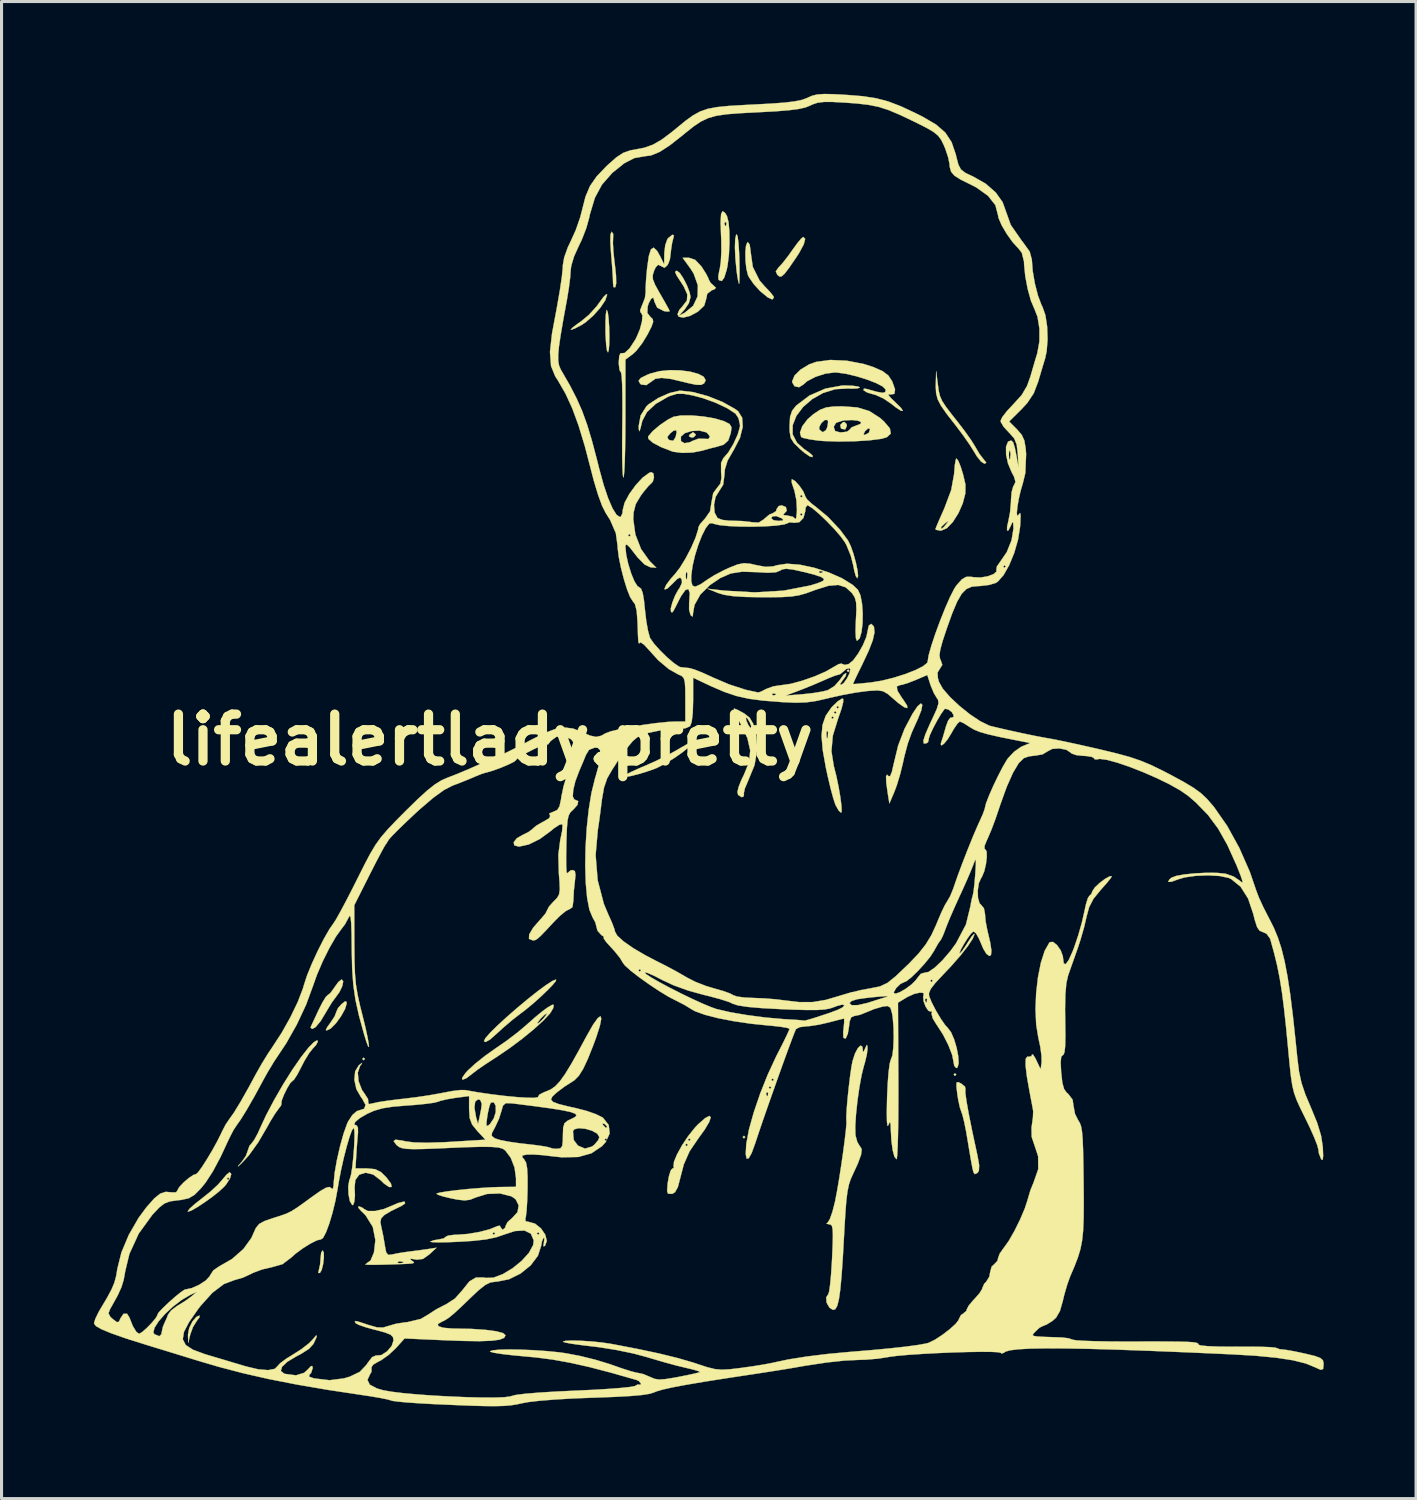
<source format=kicad_pcb>
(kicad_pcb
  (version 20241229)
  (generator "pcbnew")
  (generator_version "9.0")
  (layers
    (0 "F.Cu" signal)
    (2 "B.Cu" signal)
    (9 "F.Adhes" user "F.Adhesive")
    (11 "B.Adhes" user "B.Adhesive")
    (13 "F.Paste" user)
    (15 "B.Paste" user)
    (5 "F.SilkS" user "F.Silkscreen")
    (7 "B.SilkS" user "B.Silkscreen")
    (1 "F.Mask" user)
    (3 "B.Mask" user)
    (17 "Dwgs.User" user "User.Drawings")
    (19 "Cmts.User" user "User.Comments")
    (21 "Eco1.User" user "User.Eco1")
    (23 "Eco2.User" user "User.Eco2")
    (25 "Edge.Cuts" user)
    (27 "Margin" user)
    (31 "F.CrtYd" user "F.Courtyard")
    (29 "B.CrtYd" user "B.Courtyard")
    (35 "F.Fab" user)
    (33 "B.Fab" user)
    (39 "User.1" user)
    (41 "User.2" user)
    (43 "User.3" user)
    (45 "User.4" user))
  (footprint "lifealertlady.pretty"
    (layer "F.Cu")
    (at 12.872 20.992)
    (property "Reference" "lifealertlady.pretty" (at 0 0 0) (layer "F.SilkS") (effects (font (size 1.524 1.524) (thickness 0.3))))
    (attr through_hole)
    (fp_poly (pts (xy -4.064 10.372) (xy -4.106 10.414) (xy -4.149 10.372) (xy -4.106 10.329) (xy -4.064 10.372)) (stroke (width 0.01) (type solid)) (fill yes) (layer "F.SilkS"))
    (fp_poly (pts (xy 8.297 12.912) (xy 8.255 12.954) (xy 8.213 12.912) (xy 8.255 12.869) (xy 8.297 12.912)) (stroke (width 0.01) (type solid)) (fill yes) (layer "F.SilkS"))
    (fp_poly (pts (xy 11.684 -2.244) (xy 11.642 -2.201) (xy 11.599 -2.244) (xy 11.642 -2.286) (xy 11.684 -2.244)) (stroke (width 0.01) (type solid)) (fill yes) (layer "F.SilkS"))
    (fp_poly (pts (xy 15.155 10.88) (xy 15.113 10.922) (xy 15.071 10.88) (xy 15.113 10.837) (xy 15.155 10.88)) (stroke (width 0.01) (type solid)) (fill yes) (layer "F.SilkS"))
    (fp_poly (pts (xy 6.686 -9.926) (xy 6.689 -9.906) (xy 6.62 -9.832) (xy 6.557 -9.821) (xy 6.469 -9.862) (xy 6.477 -9.906) (xy 6.585 -9.987) (xy 6.609 -9.991) (xy 6.686 -9.926)) (stroke (width 0.01) (type solid)) (fill yes) (layer "F.SilkS"))
    (fp_poly (pts (xy 11.59 -10.261) (xy 11.599 -10.202) (xy 11.547 -10.086) (xy 11.43 -10.106) (xy 11.404 -10.129) (xy 11.387 -10.235) (xy 11.473 -10.321) (xy 11.52 -10.329) (xy 11.59 -10.261)) (stroke (width 0.01) (type solid)) (fill yes) (layer "F.SilkS"))
    (fp_poly (pts (xy -9.437 18.763) (xy -9.522 18.877) (xy -9.649 19.08) (xy -9.738 19.322) (xy -9.804 19.6) (xy -9.813 19.338) (xy -9.774 19.121) (xy -9.669 18.905) (xy -9.534 18.751) (xy -9.438 18.711) (xy -9.437 18.763)) (stroke (width 0.01) (type solid)) (fill yes) (layer "F.SilkS"))
    (fp_poly (pts (xy -5.399 16.666) (xy -5.397 16.838) (xy -5.423 17.048) (xy -5.47 17.233) (xy -5.527 17.329) (xy -5.58 17.322) (xy -5.56 17.237) (xy -5.518 17.042) (xy -5.503 16.842) (xy -5.484 16.666) (xy -5.438 16.595) (xy -5.399 16.666)) (stroke (width 0.01) (type solid)) (fill yes) (layer "F.SilkS"))
    (fp_poly (pts (xy 3.83 -13.893) (xy 3.856 -13.695) (xy 3.874 -13.425) (xy 3.882 -13.131) (xy 3.878 -12.862) (xy 3.862 -12.665) (xy 3.837 -12.59) (xy 3.804 -12.648) (xy 3.777 -12.84) (xy 3.759 -13.128) (xy 3.755 -13.259) (xy 3.755 -13.582) (xy 3.767 -13.828) (xy 3.788 -13.959) (xy 3.797 -13.97) (xy 3.83 -13.893)) (stroke (width 0.01) (type solid)) (fill yes) (layer "F.SilkS"))
    (fp_poly (pts (xy 8.051 -16.346) (xy 8.078 -16.134) (xy 8.098 -15.827) (xy 8.106 -15.62) (xy 8.111 -15.275) (xy 8.11 -15.004) (xy 8.103 -14.844) (xy 8.096 -14.817) (xy 8.071 -14.893) (xy 8.037 -15.088) (xy 8.014 -15.261) (xy 7.976 -15.654) (xy 7.962 -15.999) (xy 7.97 -16.261) (xy 8 -16.406) (xy 8.022 -16.424) (xy 8.051 -16.346)) (stroke (width 0.01) (type solid)) (fill yes) (layer "F.SilkS"))
    (fp_poly (pts (xy 3.81 -14.467) (xy 3.748 -14.281) (xy 3.586 -14.04) (xy 3.362 -13.789) (xy 3.114 -13.571) (xy 2.97 -13.476) (xy 2.769 -13.372) (xy 2.644 -13.324) (xy 2.625 -13.328) (xy 2.689 -13.398) (xy 2.852 -13.523) (xy 2.962 -13.598) (xy 3.215 -13.809) (xy 3.464 -14.082) (xy 3.555 -14.207) (xy 3.692 -14.394) (xy 3.785 -14.483) (xy 3.81 -14.467)) (stroke (width 0.01) (type solid)) (fill yes) (layer "F.SilkS"))
    (fp_poly (pts (xy -4.66 8.518) (xy -4.657 8.575) (xy -4.709 8.75) (xy -4.839 8.984) (xy -5.005 9.213) (xy -5.166 9.376) (xy -5.186 9.389) (xy -5.303 9.445) (xy -5.334 9.433) (xy -5.287 9.338) (xy -5.172 9.177) (xy -5.165 9.167) (xy -5.046 8.987) (xy -4.995 8.851) (xy -4.995 8.849) (xy -4.938 8.72) (xy -4.826 8.594) (xy -4.704 8.497) (xy -4.66 8.518)) (stroke (width 0.01) (type solid)) (fill yes) (layer "F.SilkS"))
    (fp_poly (pts (xy 10.245 -16.28) (xy 10.2 -16.104) (xy 10.051 -15.826) (xy 9.938 -15.652) (xy 9.723 -15.339) (xy 9.577 -15.148) (xy 9.479 -15.06) (xy 9.407 -15.054) (xy 9.339 -15.111) (xy 9.29 -15.224) (xy 9.378 -15.349) (xy 9.392 -15.361) (xy 9.523 -15.507) (xy 9.701 -15.736) (xy 9.831 -15.92) (xy 9.993 -16.143) (xy 10.122 -16.296) (xy 10.181 -16.341) (xy 10.245 -16.28)) (stroke (width 0.01) (type solid)) (fill yes) (layer "F.SilkS"))
    (fp_poly (pts (xy 4.007 -16.44) (xy 4.003 -16.315) (xy 3.997 -16.139) (xy 4.014 -15.853) (xy 4.05 -15.513) (xy 4.059 -15.452) (xy 4.098 -15.089) (xy 4.103 -14.831) (xy 4.074 -14.708) (xy 4.016 -14.711) (xy 4.001 -14.829) (xy 3.996 -15.003) (xy 3.978 -15.292) (xy 3.95 -15.644) (xy 3.939 -15.769) (xy 3.912 -16.169) (xy 3.917 -16.419) (xy 3.953 -16.51) (xy 3.956 -16.51) (xy 4.007 -16.44)) (stroke (width 0.01) (type solid)) (fill yes) (layer "F.SilkS"))
    (fp_poly (pts (xy 6.548 0.133) (xy 6.448 0.25) (xy 6.243 0.417) (xy 5.976 0.603) (xy 5.692 0.778) (xy 5.433 0.911) (xy 5.376 0.935) (xy 5.104 1.032) (xy 4.818 1.118) (xy 4.563 1.181) (xy 4.382 1.211) (xy 4.32 1.199) (xy 4.394 1.144) (xy 4.59 1.044) (xy 4.871 0.916) (xy 5.019 0.854) (xy 5.404 0.683) (xy 5.792 0.491) (xy 6.108 0.315) (xy 6.155 0.286) (xy 6.389 0.152) (xy 6.525 0.102) (xy 6.548 0.133)) (stroke (width 0.01) (type solid)) (fill yes) (layer "F.SilkS"))
    (fp_poly (pts (xy 8.44 -16.097) (xy 8.467 -15.917) (xy 8.467 -15.896) (xy 8.542 -15.369) (xy 8.763 -14.926) (xy 8.932 -14.733) (xy 9.105 -14.552) (xy 9.212 -14.416) (xy 9.229 -14.377) (xy 9.178 -14.31) (xy 9.033 -14.374) (xy 8.801 -14.564) (xy 8.772 -14.591) (xy 8.572 -14.811) (xy 8.42 -15.032) (xy 8.385 -15.104) (xy 8.333 -15.316) (xy 8.305 -15.58) (xy 8.301 -15.843) (xy 8.322 -16.056) (xy 8.366 -16.166) (xy 8.382 -16.171) (xy 8.44 -16.097)) (stroke (width 0.01) (type solid)) (fill yes) (layer "F.SilkS"))
    (fp_poly (pts (xy 2.142 7.84) (xy 2.033 7.972) (xy 1.849 8.16) (xy 1.62 8.378) (xy 1.373 8.597) (xy 1.135 8.792) (xy 1.016 8.881) (xy 0.735 9.098) (xy 0.423 9.364) (xy 0.242 9.53) (xy 0.002 9.742) (xy -0.142 9.822) (xy -0.194 9.795) (xy -0.149 9.7) (xy 0.005 9.523) (xy 0.244 9.287) (xy 0.542 9.013) (xy 0.873 8.724) (xy 1.213 8.44) (xy 1.537 8.182) (xy 1.818 7.974) (xy 2.033 7.836) (xy 2.15 7.79) (xy 2.142 7.84)) (stroke (width 0.01) (type solid)) (fill yes) (layer "F.SilkS"))
    (fp_poly (pts (xy 6.187 -12.006) (xy 6.505 -11.964) (xy 6.768 -11.893) (xy 6.947 -11.798) (xy 7.012 -11.684) (xy 6.96 -11.582) (xy 6.863 -11.534) (xy 6.696 -11.538) (xy 6.419 -11.597) (xy 6.314 -11.624) (xy 5.882 -11.726) (xy 5.577 -11.761) (xy 5.374 -11.731) (xy 5.249 -11.642) (xy 5.081 -11.526) (xy 4.915 -11.545) (xy 4.882 -11.571) (xy 4.831 -11.667) (xy 4.901 -11.758) (xy 5.111 -11.862) (xy 5.209 -11.901) (xy 5.509 -11.98) (xy 5.845 -12.013) (xy 6.187 -12.006)) (stroke (width 0.01) (type solid)) (fill yes) (layer "F.SilkS"))
    (fp_poly (pts (xy -4.768 7.851) (xy -4.798 8.003) (xy -4.888 8.194) (xy -4.993 8.34) (xy -5.133 8.53) (xy -5.281 8.772) (xy -5.3 8.805) (xy -5.5 9.139) (xy -5.668 9.341) (xy -5.778 9.398) (xy -5.83 9.35) (xy -5.825 9.335) (xy -5.776 9.229) (xy -5.678 9.019) (xy -5.569 8.784) (xy -5.442 8.532) (xy -5.333 8.356) (xy -5.272 8.297) (xy -5.186 8.232) (xy -5.068 8.07) (xy -5.051 8.043) (xy -4.928 7.873) (xy -4.825 7.791) (xy -4.816 7.789) (xy -4.768 7.851)) (stroke (width 0.01) (type solid)) (fill yes) (layer "F.SilkS"))
    (fp_poly (pts (xy 14.051 -1.134) (xy 14.02 -0.96) (xy 13.904 -0.67) (xy 13.896 -0.654) (xy 13.71 -0.241) (xy 13.578 0.125) (xy 13.47 0.532) (xy 13.42 0.76) (xy 13.331 1.121) (xy 13.222 1.48) (xy 13.143 1.691) (xy 12.982 2.069) (xy 12.927 1.733) (xy 12.88 1.392) (xy 12.873 1.188) (xy 12.906 1.132) (xy 12.947 1.176) (xy 13.002 1.188) (xy 13.062 1.046) (xy 13.119 0.795) (xy 13.267 0.186) (xy 13.472 -0.351) (xy 13.734 -0.847) (xy 13.897 -1.09) (xy 14.007 -1.182) (xy 14.051 -1.134)) (stroke (width 0.01) (type solid)) (fill yes) (layer "F.SilkS"))
    (fp_poly (pts (xy -8.406 14.112) (xy -8.448 14.255) (xy -8.568 14.443) (xy -8.641 14.528) (xy -8.804 14.679) (xy -9.026 14.855) (xy -9.274 15.033) (xy -9.51 15.188) (xy -9.7 15.297) (xy -9.809 15.335) (xy -9.821 15.323) (xy -9.758 15.237) (xy -9.592 15.087) (xy -9.359 14.904) (xy -9.357 14.902) (xy -9.084 14.684) (xy -8.843 14.461) (xy -8.706 14.307) (xy -8.672 14.266) (xy -8.551 14.266) (xy -8.509 14.309) (xy -8.467 14.266) (xy -8.509 14.224) (xy -8.551 14.266) (xy -8.672 14.266) (xy -8.569 14.142) (xy -8.47 14.058) (xy -8.458 14.055) (xy -8.406 14.112)) (stroke (width 0.01) (type solid)) (fill yes) (layer "F.SilkS"))
    (fp_poly (pts (xy 15.315 11.171) (xy 15.438 11.271) (xy 15.453 11.344) (xy 15.449 11.464) (xy 15.487 11.743) (xy 15.564 12.175) (xy 15.681 12.754) (xy 15.836 13.475) (xy 15.847 13.528) (xy 15.899 13.823) (xy 15.891 13.998) (xy 15.85 14.072) (xy 15.756 14.117) (xy 15.711 14.048) (xy 15.68 13.916) (xy 15.632 13.66) (xy 15.574 13.321) (xy 15.537 13.094) (xy 15.474 12.722) (xy 15.409 12.403) (xy 15.353 12.181) (xy 15.328 12.114) (xy 15.272 11.948) (xy 15.216 11.686) (xy 15.19 11.52) (xy 15.16 11.263) (xy 15.164 11.142) (xy 15.214 11.123) (xy 15.315 11.171)) (stroke (width 0.01) (type solid)) (fill yes) (layer "F.SilkS"))
    (fp_poly (pts (xy 7.642 -17.122) (xy 7.702 -17.024) (xy 7.753 -16.83) (xy 7.781 -16.52) (xy 7.785 -16.146) (xy 7.766 -15.76) (xy 7.723 -15.415) (xy 7.695 -15.277) (xy 7.614 -15.018) (xy 7.535 -14.91) (xy 7.445 -14.937) (xy 7.431 -14.949) (xy 7.42 -15.054) (xy 7.455 -15.253) (xy 7.47 -15.309) (xy 7.504 -15.539) (xy 7.521 -15.878) (xy 7.517 -16.268) (xy 7.51 -16.404) (xy 7.498 -16.764) (xy 7.62 -16.764) (xy 7.651 -16.694) (xy 7.676 -16.708) (xy 7.687 -16.808) (xy 7.676 -16.82) (xy 7.626 -16.809) (xy 7.62 -16.764) (xy 7.498 -16.764) (xy 7.496 -16.825) (xy 7.512 -17.082) (xy 7.561 -17.18) (xy 7.642 -17.122)) (stroke (width 0.01) (type solid)) (fill yes) (layer "F.SilkS"))
    (fp_poly (pts (xy 14.555 -11.557) (xy 14.585 -11.338) (xy 14.626 -11.169) (xy 14.696 -11.01) (xy 14.818 -10.824) (xy 15.01 -10.572) (xy 15.203 -10.329) (xy 15.429 -10.034) (xy 15.628 -9.754) (xy 15.762 -9.541) (xy 15.778 -9.512) (xy 15.911 -9.287) (xy 16.045 -9.114) (xy 16.048 -9.11) (xy 16.131 -9.006) (xy 16.083 -8.975) (xy 16.066 -8.975) (xy 15.96 -9.043) (xy 15.821 -9.217) (xy 15.751 -9.335) (xy 15.599 -9.579) (xy 15.382 -9.89) (xy 15.144 -10.207) (xy 15.114 -10.245) (xy 14.84 -10.597) (xy 14.658 -10.858) (xy 14.55 -11.068) (xy 14.5 -11.264) (xy 14.488 -11.484) (xy 14.49 -11.573) (xy 14.502 -11.98) (xy 14.555 -11.557)) (stroke (width 0.01) (type solid)) (fill yes) (layer "F.SilkS"))
    (fp_poly (pts (xy 11.794 -11.505) (xy 11.973 -11.479) (xy 12.023 -11.451) (xy 11.947 -11.419) (xy 11.756 -11.411) (xy 11.635 -11.417) (xy 11.222 -11.394) (xy 10.827 -11.271) (xy 10.472 -11.071) (xy 10.176 -10.815) (xy 9.958 -10.525) (xy 9.839 -10.222) (xy 9.837 -9.927) (xy 9.973 -9.664) (xy 10.004 -9.631) (xy 10.198 -9.458) (xy 10.374 -9.334) (xy 10.482 -9.242) (xy 10.484 -9.186) (xy 10.397 -9.207) (xy 10.23 -9.32) (xy 10.083 -9.444) (xy 9.881 -9.641) (xy 9.778 -9.805) (xy 9.741 -10.008) (xy 9.737 -10.201) (xy 9.754 -10.497) (xy 9.821 -10.696) (xy 9.956 -10.864) (xy 10.385 -11.188) (xy 10.902 -11.413) (xy 11.44 -11.512) (xy 11.531 -11.515) (xy 11.794 -11.505)) (stroke (width 0.01) (type solid)) (fill yes) (layer "F.SilkS"))
    (fp_poly (pts (xy 15.219 -9.069) (xy 15.298 -8.877) (xy 15.379 -8.615) (xy 15.445 -8.332) (xy 15.453 -8.29) (xy 15.45 -8.007) (xy 15.366 -7.685) (xy 15.224 -7.362) (xy 15.044 -7.079) (xy 14.85 -6.877) (xy 14.663 -6.797) (xy 14.642 -6.797) (xy 14.507 -6.822) (xy 14.478 -6.844) (xy 14.504 -6.915) (xy 14.664 -6.915) (xy 14.664 -6.859) (xy 14.679 -6.858) (xy 14.75 -6.916) (xy 14.827 -7.006) (xy 14.901 -7.106) (xy 14.857 -7.085) (xy 14.796 -7.038) (xy 14.664 -6.915) (xy 14.504 -6.915) (xy 14.51 -6.932) (xy 14.597 -7.136) (xy 14.721 -7.417) (xy 14.769 -7.525) (xy 14.991 -8.117) (xy 15.084 -8.632) (xy 15.086 -8.657) (xy 15.107 -8.919) (xy 15.136 -9.095) (xy 15.159 -9.144) (xy 15.219 -9.069)) (stroke (width 0.01) (type solid)) (fill yes) (layer "F.SilkS"))
    (fp_poly (pts (xy 8.044 -0.975) (xy 8.23 -0.875) (xy 8.269 -0.852) (xy 8.442 -0.714) (xy 8.555 -0.525) (xy 8.64 -0.226) (xy 8.641 -0.225) (xy 8.69 0.296) (xy 8.599 0.825) (xy 8.375 1.369) (xy 8.282 1.588) (xy 8.249 1.748) (xy 8.257 1.781) (xy 8.236 1.851) (xy 8.175 1.863) (xy 8.066 1.792) (xy 8.043 1.698) (xy 8.082 1.531) (xy 8.18 1.286) (xy 8.255 1.135) (xy 8.421 0.729) (xy 8.459 0.347) (xy 8.367 -0.056) (xy 8.166 -0.479) (xy 8.035 -0.727) (xy 8.319 -0.727) (xy 8.328 -0.638) (xy 8.391 -0.491) (xy 8.47 -0.368) (xy 8.51 -0.339) (xy 8.507 -0.404) (xy 8.451 -0.551) (xy 8.37 -0.693) (xy 8.319 -0.727) (xy 8.035 -0.727) (xy 8.03 -0.738) (xy 7.945 -0.928) (xy 7.929 -1.014) (xy 7.933 -1.016) (xy 8.044 -0.975)) (stroke (width 0.01) (type solid)) (fill yes) (layer "F.SilkS"))
    (fp_poly (pts (xy 2.075 8.619) (xy 2.056 8.722) (xy 1.957 8.888) (xy 1.739 9.122) (xy 1.429 9.404) (xy 1.053 9.712) (xy 0.634 10.025) (xy 0.199 10.321) (xy 0.127 10.366) (xy -0.155 10.55) (xy -0.4 10.719) (xy -0.55 10.834) (xy -0.767 10.999) (xy -0.891 11.049) (xy -0.906 10.991) (xy -0.798 10.834) (xy -0.72 10.748) (xy -0.476 10.524) (xy -0.153 10.267) (xy 0.181 10.03) (xy 0.204 10.015) (xy 0.557 9.77) (xy 0.92 9.492) (xy 1.217 9.24) (xy 1.22 9.237) (xy 1.23 9.229) (xy 1.54 9.229) (xy 1.622 9.173) (xy 1.736 9.059) (xy 1.833 8.937) (xy 1.847 8.89) (xy 1.765 8.946) (xy 1.651 9.059) (xy 1.553 9.182) (xy 1.54 9.229) (xy 1.23 9.229) (xy 1.476 9.01) (xy 1.717 8.813) (xy 1.875 8.699) (xy 2.028 8.61) (xy 2.075 8.619)) (stroke (width 0.01) (type solid)) (fill yes) (layer "F.SilkS"))
    (fp_poly (pts (xy 7.176 12.27) (xy 7.126 12.421) (xy 6.982 12.665) (xy 6.773 12.954) (xy 6.487 13.375) (xy 6.3 13.8) (xy 6.186 14.236) (xy 6.107 14.539) (xy 6.014 14.704) (xy 5.922 14.758) (xy 5.787 14.75) (xy 5.758 14.661) (xy 5.776 14.413) (xy 5.819 14.176) (xy 5.874 13.998) (xy 5.929 13.931) (xy 5.937 13.934) (xy 5.978 13.915) (xy 5.966 13.866) (xy 5.981 13.714) (xy 6.081 13.472) (xy 6.243 13.18) (xy 6.253 13.166) (xy 6.35 13.166) (xy 6.392 13.208) (xy 6.435 13.166) (xy 6.392 13.123) (xy 6.35 13.166) (xy 6.253 13.166) (xy 6.365 12.996) (xy 6.435 12.996) (xy 6.477 13.039) (xy 6.519 12.996) (xy 6.477 12.954) (xy 6.435 12.996) (xy 6.365 12.996) (xy 6.444 12.878) (xy 6.661 12.606) (xy 6.767 12.494) (xy 6.996 12.294) (xy 7.133 12.223) (xy 7.176 12.27)) (stroke (width 0.01) (type solid)) (fill yes) (layer "F.SilkS"))
    (fp_poly (pts (xy -5.593 9.809) (xy -5.651 9.919) (xy -5.751 10.027) (xy -5.876 10.184) (xy -6.028 10.433) (xy -6.131 10.633) (xy -6.257 10.876) (xy -6.365 11.043) (xy -6.421 11.091) (xy -6.489 11.157) (xy -6.587 11.318) (xy -6.686 11.517) (xy -6.759 11.7) (xy -6.781 11.81) (xy -6.773 11.821) (xy -6.789 11.885) (xy -6.87 11.993) (xy -6.987 12.156) (xy -7.139 12.403) (xy -7.233 12.573) (xy -7.531 13.083) (xy -7.833 13.504) (xy -8.067 13.758) (xy -8.183 13.863) (xy -8.189 13.859) (xy -8.084 13.736) (xy -8.062 13.711) (xy -7.932 13.524) (xy -7.874 13.368) (xy -7.874 13.361) (xy -7.814 13.194) (xy -7.76 13.134) (xy -7.659 13.001) (xy -7.539 12.779) (xy -7.495 12.679) (xy -7.282 12.217) (xy -7.019 11.717) (xy -6.728 11.211) (xy -6.429 10.734) (xy -6.142 10.318) (xy -5.888 9.995) (xy -5.719 9.825) (xy -5.614 9.765) (xy -5.593 9.809)) (stroke (width 0.01) (type solid)) (fill yes) (layer "F.SilkS"))
    (fp_poly (pts (xy 6.67 -15.598) (xy 6.868 -15.39) (xy 6.897 -15.347) (xy 7.027 -15.14) (xy 7.104 -14.988) (xy 7.112 -14.955) (xy 7.173 -14.847) (xy 7.255 -14.773) (xy 7.346 -14.689) (xy 7.29 -14.637) (xy 7.212 -14.61) (xy 7.062 -14.495) (xy 7.027 -14.324) (xy 6.965 -14.111) (xy 6.763 -13.918) (xy 6.746 -13.906) (xy 6.5 -13.775) (xy 6.283 -13.721) (xy 6.136 -13.749) (xy 6.096 -13.83) (xy 6.154 -13.968) (xy 6.265 -14.097) (xy 6.402 -14.276) (xy 6.414 -14.477) (xy 6.297 -14.736) (xy 6.223 -14.851) (xy 6.077 -15.073) (xy 6.021 -15.191) (xy 6.041 -15.235) (xy 6.08 -15.24) (xy 6.171 -15.169) (xy 6.288 -14.992) (xy 6.404 -14.764) (xy 6.49 -14.54) (xy 6.519 -14.387) (xy 6.464 -14.189) (xy 6.329 -13.986) (xy 6.329 -13.985) (xy 6.138 -13.778) (xy 6.324 -13.874) (xy 6.604 -14.103) (xy 6.749 -14.411) (xy 6.757 -14.769) (xy 6.622 -15.148) (xy 6.519 -15.312) (xy 6.264 -15.663) (xy 6.473 -15.663) (xy 6.67 -15.598)) (stroke (width 0.01) (type solid)) (fill yes) (layer "F.SilkS"))
    (fp_poly (pts (xy 11.601 -12.319) (xy 12.157 -12.211) (xy 12.459 -12.114) (xy 12.761 -11.98) (xy 12.948 -11.839) (xy 13.072 -11.649) (xy 13.077 -11.638) (xy 13.166 -11.384) (xy 13.143 -11.242) (xy 13.011 -11.22) (xy 12.972 -11.231) (xy 12.948 -11.209) (xy 13.034 -11.102) (xy 13.166 -10.976) (xy 13.359 -10.787) (xy 13.419 -10.69) (xy 13.36 -10.692) (xy 13.194 -10.799) (xy 13.039 -10.922) (xy 12.79 -11.091) (xy 12.532 -11.208) (xy 12.466 -11.226) (xy 12.261 -11.286) (xy 12.141 -11.36) (xy 12.138 -11.364) (xy 12.156 -11.414) (xy 12.245 -11.401) (xy 12.568 -11.31) (xy 12.759 -11.276) (xy 12.847 -11.298) (xy 12.859 -11.376) (xy 12.857 -11.388) (xy 12.764 -11.482) (xy 12.548 -11.594) (xy 12.249 -11.709) (xy 11.91 -11.814) (xy 11.572 -11.894) (xy 11.278 -11.935) (xy 11.199 -11.938) (xy 10.896 -11.898) (xy 10.577 -11.794) (xy 10.309 -11.654) (xy 10.185 -11.544) (xy 10.044 -11.457) (xy 9.898 -11.49) (xy 9.822 -11.622) (xy 9.821 -11.643) (xy 9.897 -11.834) (xy 10.094 -12.03) (xy 10.371 -12.198) (xy 10.595 -12.28) (xy 11.059 -12.344) (xy 11.601 -12.319)) (stroke (width 0.01) (type solid)) (fill yes) (layer "F.SilkS"))
    (fp_poly (pts (xy 6.938 -10.507) (xy 7.31 -10.443) (xy 7.605 -10.355) (xy 7.79 -10.261) (xy 7.851 -10.153) (xy 7.827 -9.966) (xy 7.744 -9.725) (xy 7.595 -9.591) (xy 7.366 -9.521) (xy 7.126 -9.462) (xy 6.894 -9.395) (xy 6.586 -9.336) (xy 6.243 -9.324) (xy 5.957 -9.361) (xy 5.927 -9.37) (xy 5.56 -9.513) (xy 5.294 -9.654) (xy 5.151 -9.778) (xy 5.142 -9.843) (xy 5.766 -9.843) (xy 5.797 -9.767) (xy 5.841 -9.737) (xy 5.958 -9.718) (xy 6.034 -9.837) (xy 6.037 -9.85) (xy 6.206 -9.85) (xy 6.209 -9.705) (xy 6.323 -9.639) (xy 6.5 -9.67) (xy 6.572 -9.709) (xy 6.776 -9.786) (xy 6.931 -9.783) (xy 7.099 -9.775) (xy 7.15 -9.855) (xy 7.063 -9.969) (xy 7.021 -9.994) (xy 6.809 -10.048) (xy 6.557 -10.034) (xy 6.334 -9.966) (xy 6.208 -9.855) (xy 6.206 -9.85) (xy 6.037 -9.85) (xy 6.068 -9.996) (xy 6.053 -10.061) (xy 5.967 -10.045) (xy 5.861 -9.961) (xy 5.766 -9.843) (xy 5.142 -9.843) (xy 5.14 -9.855) (xy 5.29 -10.031) (xy 5.528 -10.232) (xy 5.789 -10.409) (xy 5.966 -10.498) (xy 6.207 -10.54) (xy 6.551 -10.541) (xy 6.938 -10.507)) (stroke (width 0.01) (type solid)) (fill yes) (layer "F.SilkS"))
    (fp_poly (pts (xy 11.479 -1.334) (xy 11.481 -1.23) (xy 11.428 -1.015) (xy 11.33 -0.732) (xy 11.317 -0.697) (xy 11.143 -0.134) (xy 11.098 0.369) (xy 11.174 0.847) (xy 11.259 1.183) (xy 11.332 1.537) (xy 11.389 1.87) (xy 11.424 2.145) (xy 11.431 2.323) (xy 11.413 2.371) (xy 11.333 2.3) (xy 11.236 2.128) (xy 11.222 2.095) (xy 11.157 1.898) (xy 11.072 1.583) (xy 10.981 1.199) (xy 10.919 0.915) (xy 10.815 0.333) (xy 10.777 -0.122) (xy 10.781 -0.169) (xy 10.935 -0.169) (xy 10.949 -0.049) (xy 10.978 -0.064) (xy 10.989 -0.237) (xy 10.978 -0.275) (xy 10.947 -0.286) (xy 10.935 -0.169) (xy 10.781 -0.169) (xy 10.808 -0.482) (xy 10.891 -0.72) (xy 11.091 -0.72) (xy 11.134 -0.677) (xy 11.176 -0.72) (xy 11.134 -0.762) (xy 11.091 -0.72) (xy 10.891 -0.72) (xy 10.91 -0.776) (xy 10.987 -0.889) (xy 11.176 -0.889) (xy 11.218 -0.847) (xy 11.261 -0.889) (xy 11.218 -0.931) (xy 11.176 -0.889) (xy 10.987 -0.889) (xy 11.089 -1.037) (xy 11.108 -1.058) (xy 11.261 -1.058) (xy 11.303 -1.016) (xy 11.345 -1.058) (xy 11.303 -1.101) (xy 11.261 -1.058) (xy 11.108 -1.058) (xy 11.133 -1.087) (xy 11.307 -1.253) (xy 11.438 -1.336) (xy 11.479 -1.334)) (stroke (width 0.01) (type solid)) (fill yes) (layer "F.SilkS"))
    (fp_poly (pts (xy 11.94 -10.802) (xy 12.332 -10.682) (xy 12.681 -10.457) (xy 12.806 -10.346) (xy 12.997 -10.121) (xy 13.027 -9.95) (xy 12.898 -9.832) (xy 12.721 -9.781) (xy 12.328 -9.731) (xy 11.838 -9.701) (xy 11.321 -9.693) (xy 10.849 -9.709) (xy 10.653 -9.726) (xy 10.381 -9.765) (xy 10.182 -9.81) (xy 10.114 -9.839) (xy 10.091 -9.929) (xy 12.139 -9.929) (xy 12.177 -9.906) (xy 12.301 -9.968) (xy 12.322 -9.996) (xy 12.354 -10.107) (xy 12.288 -10.116) (xy 12.194 -10.035) (xy 12.139 -9.929) (xy 10.091 -9.929) (xy 10.076 -9.985) (xy 10.143 -10.168) (xy 10.702 -10.168) (xy 10.705 -10.083) (xy 10.817 -9.995) (xy 10.922 -10.066) (xy 10.962 -10.156) (xy 11.176 -10.156) (xy 11.218 -10.035) (xy 11.371 -9.992) (xy 11.43 -9.991) (xy 11.608 -10.015) (xy 11.684 -10.073) (xy 11.684 -10.074) (xy 11.756 -10.154) (xy 11.9 -10.211) (xy 12.049 -10.27) (xy 12.059 -10.327) (xy 11.956 -10.371) (xy 11.77 -10.392) (xy 11.529 -10.38) (xy 11.451 -10.368) (xy 11.247 -10.301) (xy 11.177 -10.178) (xy 11.176 -10.156) (xy 10.962 -10.156) (xy 10.966 -10.166) (xy 10.99 -10.328) (xy 10.97 -10.394) (xy 10.88 -10.392) (xy 10.773 -10.296) (xy 10.702 -10.168) (xy 10.143 -10.168) (xy 10.152 -10.191) (xy 10.321 -10.415) (xy 10.513 -10.584) (xy 10.727 -10.724) (xy 10.925 -10.8) (xy 11.174 -10.832) (xy 11.447 -10.837) (xy 11.94 -10.802)) (stroke (width 0.01) (type solid)) (fill yes) (layer "F.SilkS"))
    (fp_poly (pts (xy -2.767 15.013) (xy -2.758 15.069) (xy -2.878 15.151) (xy -2.879 15.151) (xy -3.218 15.317) (xy -3.428 15.442) (xy -3.533 15.55) (xy -3.56 15.67) (xy -3.532 15.826) (xy -3.53 15.834) (xy -3.466 16.131) (xy -3.413 16.443) (xy -3.412 16.454) (xy -3.371 16.662) (xy -3.304 16.74) (xy -3.187 16.728) (xy -2.99 16.686) (xy -2.717 16.644) (xy -2.625 16.632) (xy -2.324 16.594) (xy -2.048 16.555) (xy -1.99 16.547) (xy -1.736 16.507) (xy -1.967 16.722) (xy -2.176 16.871) (xy -2.377 16.896) (xy -2.433 16.886) (xy -2.579 16.863) (xy -2.579 16.895) (xy -2.54 16.925) (xy -2.483 16.967) (xy -2.467 16.996) (xy -2.515 17.015) (xy -2.652 17.029) (xy -2.901 17.04) (xy -3.287 17.052) (xy -3.471 17.057) (xy -3.774 17.063) (xy -3.978 17.06) (xy -4.054 17.049) (xy -4.038 17.041) (xy -3.981 16.998) (xy -3.011 16.998) (xy -2.928 17.011) (xy -2.818 16.996) (xy -2.817 16.967) (xy -2.93 16.947) (xy -2.979 16.96) (xy -3.011 16.998) (xy -3.981 16.998) (xy -3.877 16.919) (xy -3.769 16.659) (xy -3.726 16.289) (xy -3.725 16.248) (xy -3.807 15.831) (xy -4.042 15.453) (xy -4.191 15.306) (xy -4.282 15.201) (xy -4.259 15.158) (xy -4.125 15.217) (xy -4.106 15.24) (xy -3.971 15.313) (xy -3.733 15.314) (xy -3.443 15.248) (xy -3.208 15.15) (xy -2.98 15.053) (xy -2.807 15.01) (xy -2.767 15.013)) (stroke (width 0.01) (type solid)) (fill yes) (layer "F.SilkS"))
    (fp_poly (pts (xy 12.267 9.953) (xy 12.271 10.039) (xy 12.249 10.226) (xy 12.187 10.487) (xy 12.156 10.589) (xy 12.079 10.895) (xy 12.006 11.295) (xy 11.943 11.738) (xy 11.897 12.174) (xy 11.873 12.554) (xy 11.878 12.827) (xy 11.882 12.862) (xy 11.94 13.074) (xy 12.019 13.205) (xy 12.026 13.21) (xy 12.083 13.304) (xy 12.062 13.483) (xy 11.958 13.768) (xy 11.802 14.106) (xy 11.724 14.28) (xy 11.665 14.46) (xy 11.62 14.677) (xy 11.584 14.96) (xy 11.554 15.341) (xy 11.523 15.851) (xy 11.512 16.053) (xy 11.47 16.805) (xy 11.429 17.402) (xy 11.387 17.857) (xy 11.341 18.183) (xy 11.288 18.394) (xy 11.226 18.504) (xy 11.151 18.527) (xy 11.061 18.475) (xy 11.024 18.44) (xy 10.94 18.288) (xy 10.929 18.121) (xy 10.994 18.02) (xy 11.024 17.93) (xy 11.056 17.702) (xy 11.087 17.37) (xy 11.113 16.965) (xy 11.118 16.87) (xy 11.138 16.414) (xy 11.145 16.101) (xy 11.137 15.904) (xy 11.113 15.797) (xy 11.07 15.754) (xy 11.025 15.747) (xy 10.937 15.726) (xy 10.983 15.68) (xy 11.049 15.57) (xy 11.13 15.34) (xy 11.208 15.036) (xy 11.22 14.983) (xy 11.279 14.674) (xy 11.345 14.29) (xy 11.411 13.864) (xy 11.474 13.434) (xy 11.527 13.035) (xy 11.566 12.703) (xy 11.586 12.474) (xy 11.585 12.389) (xy 11.581 12.253) (xy 11.595 11.994) (xy 11.623 11.657) (xy 11.662 11.287) (xy 11.705 10.927) (xy 11.749 10.624) (xy 11.785 10.438) (xy 11.864 10.196) (xy 11.958 10.02) (xy 12.045 9.937) (xy 12.102 9.971) (xy 12.113 10.044) (xy 12.124 10.15) (xy 12.161 10.104) (xy 12.192 10.033) (xy 12.249 9.914) (xy 12.267 9.953)) (stroke (width 0.01) (type solid)) (fill yes) (layer "F.SilkS"))
    (fp_poly (pts (xy 5.981 -16.394) (xy 5.962 -16.311) (xy 5.92 -16.146) (xy 5.89 -15.951) (xy 5.865 -15.744) (xy 5.85 -15.621) (xy 5.799 -15.479) (xy 5.762 -15.415) (xy 5.671 -15.339) (xy 5.563 -15.395) (xy 5.466 -15.438) (xy 5.387 -15.355) (xy 5.337 -15.248) (xy 5.291 -15.102) (xy 5.296 -14.965) (xy 5.367 -14.787) (xy 5.514 -14.52) (xy 5.538 -14.48) (xy 5.688 -14.22) (xy 5.796 -14.024) (xy 5.842 -13.93) (xy 5.842 -13.928) (xy 5.772 -13.916) (xy 5.658 -13.931) (xy 5.436 -14.044) (xy 5.338 -14.255) (xy 5.335 -14.292) (xy 5.305 -14.373) (xy 5.237 -14.329) (xy 5.161 -14.19) (xy 5.126 -14.08) (xy 5.116 -13.87) (xy 5.216 -13.742) (xy 5.291 -13.671) (xy 5.305 -13.581) (xy 5.252 -13.43) (xy 5.123 -13.174) (xy 5.121 -13.171) (xy 4.949 -12.888) (xy 4.76 -12.645) (xy 4.641 -12.533) (xy 4.403 -12.356) (xy 4.403 -10.459) (xy 4.4 -9.91) (xy 4.392 -9.419) (xy 4.381 -9.012) (xy 4.366 -8.713) (xy 4.348 -8.547) (xy 4.339 -8.522) (xy 4.321 -8.59) (xy 4.308 -8.803) (xy 4.299 -9.137) (xy 4.297 -9.567) (xy 4.3 -10.07) (xy 4.302 -10.21) (xy 4.306 -10.73) (xy 4.304 -11.188) (xy 4.296 -11.557) (xy 4.282 -11.814) (xy 4.263 -11.933) (xy 4.257 -11.938) (xy 4.213 -12.013) (xy 4.189 -12.2) (xy 4.187 -12.27) (xy 4.202 -12.468) (xy 4.24 -12.56) (xy 4.256 -12.559) (xy 4.382 -12.573) (xy 4.544 -12.728) (xy 4.723 -13.003) (xy 4.761 -13.075) (xy 4.874 -13.342) (xy 4.941 -13.595) (xy 4.956 -13.79) (xy 4.91 -13.883) (xy 4.895 -13.885) (xy 4.879 -13.95) (xy 4.937 -14.107) (xy 4.951 -14.135) (xy 5.036 -14.355) (xy 5.06 -14.536) (xy 5.06 -14.537) (xy 5.06 -14.692) (xy 5.075 -14.961) (xy 5.104 -15.291) (xy 5.11 -15.346) (xy 5.165 -15.726) (xy 5.234 -15.941) (xy 5.322 -15.994) (xy 5.433 -15.889) (xy 5.525 -15.727) (xy 5.662 -15.452) (xy 5.667 -15.818) (xy 5.697 -16.073) (xy 5.766 -16.268) (xy 5.794 -16.304) (xy 5.929 -16.413) (xy 5.981 -16.394)) (stroke (width 0.01) (type solid)) (fill yes) (layer "F.SilkS"))
    (fp_poly (pts (xy 6.617 -11.296) (xy 7.093 -11.165) (xy 7.564 -10.976) (xy 7.961 -10.754) (xy 8.065 -10.677) (xy 8.197 -10.467) (xy 8.215 -10.168) (xy 8.125 -9.811) (xy 7.928 -9.428) (xy 7.916 -9.41) (xy 7.724 -9.075) (xy 7.635 -8.789) (xy 7.62 -8.599) (xy 7.579 -8.287) (xy 7.451 -8.086) (xy 7.333 -7.894) (xy 7.282 -7.636) (xy 7.302 -7.383) (xy 7.396 -7.207) (xy 7.398 -7.205) (xy 7.551 -7.147) (xy 7.793 -7.118) (xy 7.885 -7.118) (xy 8.185 -7.11) (xy 8.461 -7.08) (xy 8.511 -7.07) (xy 8.736 -7.06) (xy 8.907 -7.169) (xy 8.926 -7.19) (xy 8.934 -7.197) (xy 9.144 -7.197) (xy 9.217 -7.136) (xy 9.377 -7.113) (xy 9.525 -7.126) (xy 9.52 -7.17) (xy 9.483 -7.197) (xy 9.304 -7.272) (xy 9.175 -7.258) (xy 9.144 -7.197) (xy 8.934 -7.197) (xy 9.082 -7.32) (xy 9.199 -7.366) (xy 9.3 -7.434) (xy 9.313 -7.493) (xy 9.384 -7.596) (xy 9.483 -7.62) (xy 9.618 -7.564) (xy 9.647 -7.445) (xy 9.554 -7.341) (xy 9.546 -7.337) (xy 9.538 -7.305) (xy 9.666 -7.288) (xy 9.846 -7.248) (xy 9.927 -7.177) (xy 9.949 -7.189) (xy 9.967 -7.324) (xy 10.075 -7.324) (xy 10.118 -7.281) (xy 10.16 -7.324) (xy 10.118 -7.366) (xy 10.075 -7.324) (xy 9.967 -7.324) (xy 9.969 -7.335) (xy 9.977 -7.474) (xy 9.959 -7.791) (xy 9.933 -7.916) (xy 10.075 -7.916) (xy 10.118 -7.874) (xy 10.16 -7.916) (xy 10.118 -7.959) (xy 10.075 -7.916) (xy 9.933 -7.916) (xy 9.896 -8.095) (xy 9.869 -8.171) (xy 9.807 -8.359) (xy 9.807 -8.461) (xy 9.82 -8.467) (xy 9.925 -8.402) (xy 10.062 -8.25) (xy 10.184 -8.071) (xy 10.244 -7.927) (xy 10.245 -7.916) (xy 10.309 -7.81) (xy 10.472 -7.66) (xy 10.575 -7.583) (xy 10.981 -7.248) (xy 11.374 -6.831) (xy 11.636 -6.479) (xy 11.726 -6.295) (xy 11.815 -6.041) (xy 11.891 -5.764) (xy 11.945 -5.509) (xy 11.964 -5.323) (xy 11.938 -5.249) (xy 11.937 -5.249) (xy 11.888 -5.325) (xy 11.836 -5.517) (xy 11.812 -5.65) (xy 11.727 -5.983) (xy 11.588 -6.324) (xy 11.54 -6.413) (xy 11.4 -6.608) (xy 11.192 -6.849) (xy 10.949 -7.102) (xy 10.704 -7.336) (xy 10.491 -7.517) (xy 10.342 -7.613) (xy 10.312 -7.62) (xy 10.261 -7.548) (xy 10.245 -7.419) (xy 10.188 -7.208) (xy 10.052 -7.07) (xy 9.882 -7.051) (xy 9.873 -7.054) (xy 9.738 -7.068) (xy 9.704 -7.051) (xy 9.568 -7) (xy 9.303 -6.961) (xy 8.95 -6.937) (xy 8.548 -6.926) (xy 8.138 -6.929) (xy 7.76 -6.946) (xy 7.453 -6.977) (xy 7.259 -7.022) (xy 7.226 -7.041) (xy 7.131 -7.028) (xy 7.014 -6.883) (xy 6.89 -6.638) (xy 6.768 -6.326) (xy 6.661 -5.981) (xy 6.582 -5.635) (xy 6.542 -5.323) (xy 6.543 -5.154) (xy 6.581 -5.01) (xy 6.675 -4.977) (xy 6.85 -5.056) (xy 7.071 -5.209) (xy 7.298 -5.351) (xy 7.598 -5.508) (xy 7.777 -5.591) (xy 8.053 -5.7) (xy 8.256 -5.74) (xy 8.465 -5.721) (xy 8.64 -5.68) (xy 8.954 -5.621) (xy 9.198 -5.635) (xy 9.331 -5.674) (xy 9.652 -5.722) (xy 10.07 -5.69) (xy 10.538 -5.591) (xy 11.011 -5.439) (xy 11.443 -5.249) (xy 11.791 -5.033) (xy 11.957 -4.876) (xy 12.04 -4.698) (xy 12.092 -4.429) (xy 12.115 -4.112) (xy 12.11 -3.789) (xy 12.076 -3.504) (xy 12.017 -3.299) (xy 11.93 -3.217) (xy 11.927 -3.217) (xy 11.894 -3.296) (xy 11.881 -3.507) (xy 11.889 -3.815) (xy 11.893 -3.884) (xy 11.91 -4.236) (xy 11.9 -4.467) (xy 11.857 -4.625) (xy 11.774 -4.758) (xy 11.767 -4.767) (xy 11.565 -4.954) (xy 11.32 -5.033) (xy 11.003 -5.005) (xy 10.582 -4.874) (xy 10.537 -4.857) (xy 10.275 -4.761) (xy 10.043 -4.696) (xy 9.798 -4.657) (xy 9.494 -4.638) (xy 9.087 -4.632) (xy 8.848 -4.632) (xy 8.305 -4.642) (xy 7.901 -4.668) (xy 7.606 -4.713) (xy 7.408 -4.773) (xy 7.07 -4.91) (xy 7.62 -4.847) (xy 8.602 -4.791) (xy 9.543 -4.847) (xy 10.402 -5.013) (xy 10.646 -5.087) (xy 10.816 -5.157) (xy 10.861 -5.222) (xy 10.769 -5.29) (xy 10.531 -5.37) (xy 10.18 -5.46) (xy 10.109 -5.475) (xy 10.696 -5.475) (xy 10.708 -5.425) (xy 10.753 -5.419) (xy 10.822 -5.45) (xy 10.809 -5.475) (xy 10.709 -5.485) (xy 10.696 -5.475) (xy 10.109 -5.475) (xy 9.843 -5.533) (xy 9.628 -5.558) (xy 9.496 -5.537) (xy 9.437 -5.501) (xy 9.295 -5.444) (xy 9.039 -5.428) (xy 8.672 -5.448) (xy 8.201 -5.463) (xy 7.828 -5.406) (xy 7.488 -5.258) (xy 7.149 -5.028) (xy 6.838 -4.721) (xy 6.649 -4.383) (xy 6.603 -4.132) (xy 6.589 -4.005) (xy 6.54 -4.032) (xy 6.517 -4.064) (xy 6.472 -4.23) (xy 6.474 -4.465) (xy 6.477 -4.487) (xy 6.495 -4.77) (xy 6.45 -4.898) (xy 6.353 -4.869) (xy 6.216 -4.677) (xy 6.173 -4.597) (xy 6.042 -4.336) (xy 5.966 -4.194) (xy 5.927 -4.141) (xy 5.902 -4.145) (xy 5.884 -4.163) (xy 5.878 -4.27) (xy 5.93 -4.466) (xy 6.019 -4.689) (xy 6.124 -4.88) (xy 6.161 -4.929) (xy 6.24 -5.099) (xy 6.234 -5.21) (xy 6.181 -5.273) (xy 6.089 -5.229) (xy 5.927 -5.067) (xy 5.772 -4.92) (xy 5.684 -4.884) (xy 5.673 -4.91) (xy 5.728 -5.034) (xy 5.871 -5.226) (xy 5.968 -5.334) (xy 6.363 -5.334) (xy 6.377 -5.214) (xy 6.406 -5.228) (xy 6.417 -5.402) (xy 6.406 -5.44) (xy 6.375 -5.45) (xy 6.363 -5.334) (xy 5.968 -5.334) (xy 6.003 -5.373) (xy 6.174 -5.593) (xy 6.361 -5.898) (xy 6.539 -6.239) (xy 6.681 -6.564) (xy 6.764 -6.825) (xy 6.775 -6.907) (xy 6.832 -7.013) (xy 6.969 -7.168) (xy 6.986 -7.184) (xy 7.154 -7.425) (xy 7.197 -7.7) (xy 7.256 -8.017) (xy 7.375 -8.178) (xy 7.49 -8.325) (xy 7.525 -8.517) (xy 7.512 -8.698) (xy 7.512 -9) (xy 7.584 -9.15) (xy 7.747 -9.339) (xy 7.913 -9.616) (xy 8.05 -9.914) (xy 8.123 -10.167) (xy 8.128 -10.225) (xy 8.079 -10.45) (xy 7.98 -10.6) (xy 7.713 -10.775) (xy 7.339 -10.952) (xy 6.92 -11.104) (xy 6.58 -11.194) (xy 6.282 -11.245) (xy 6.067 -11.242) (xy 5.859 -11.178) (xy 5.777 -11.142) (xy 5.387 -10.916) (xy 5.101 -10.648) (xy 4.951 -10.366) (xy 4.947 -10.348) (xy 4.889 -10.108) (xy 4.855 -10.026) (xy 4.837 -10.094) (xy 4.833 -10.187) (xy 4.898 -10.54) (xy 5.09 -10.842) (xy 5.157 -10.903) (xy 5.476 -11.11) (xy 5.829 -11.267) (xy 6.146 -11.342) (xy 6.204 -11.345) (xy 6.617 -11.296)) (stroke (width 0.01) (type solid)) (fill yes) (layer "F.SilkS"))
    (fp_poly (pts (xy 11.177 -20.981) (xy 11.589 -20.958) (xy 12.112 -20.916) (xy 12.545 -20.85) (xy 12.942 -20.746) (xy 13.355 -20.588) (xy 13.838 -20.362) (xy 14.055 -20.253) (xy 14.494 -19.997) (xy 14.799 -19.733) (xy 15.004 -19.421) (xy 15.14 -19.021) (xy 15.159 -18.939) (xy 15.225 -18.688) (xy 15.309 -18.532) (xy 15.458 -18.42) (xy 15.715 -18.298) (xy 16.115 -18.07) (xy 16.442 -17.782) (xy 16.662 -17.47) (xy 16.726 -17.292) (xy 16.926 -16.732) (xy 17.286 -16.214) (xy 17.311 -16.186) (xy 17.542 -15.864) (xy 17.611 -15.605) (xy 17.638 -15.241) (xy 17.709 -14.829) (xy 17.81 -14.437) (xy 17.925 -14.129) (xy 17.956 -14.071) (xy 18.051 -13.803) (xy 18.108 -13.432) (xy 18.123 -13.019) (xy 18.093 -12.627) (xy 18.043 -12.395) (xy 17.977 -12.179) (xy 17.887 -11.877) (xy 17.818 -11.642) (xy 17.673 -11.261) (xy 17.462 -10.944) (xy 17.271 -10.739) (xy 16.873 -10.344) (xy 17.132 -10.085) (xy 17.281 -9.912) (xy 17.366 -9.73) (xy 17.41 -9.476) (xy 17.425 -9.29) (xy 17.4 -8.671) (xy 17.32 -8.343) (xy 17.245 -8.087) (xy 17.184 -7.819) (xy 17.142 -7.572) (xy 17.124 -7.38) (xy 17.133 -7.278) (xy 17.174 -7.301) (xy 17.187 -7.324) (xy 17.231 -7.372) (xy 17.247 -7.286) (xy 17.238 -7.051) (xy 17.229 -6.921) (xy 17.162 -6.503) (xy 17.039 -6.074) (xy 16.876 -5.677) (xy 16.692 -5.352) (xy 16.504 -5.139) (xy 16.437 -5.097) (xy 16.212 -5.031) (xy 15.926 -4.997) (xy 15.864 -4.995) (xy 15.654 -4.975) (xy 15.482 -4.898) (xy 15.33 -4.743) (xy 15.183 -4.488) (xy 15.024 -4.112) (xy 14.849 -3.623) (xy 14.714 -3.218) (xy 14.637 -2.939) (xy 14.61 -2.755) (xy 14.627 -2.634) (xy 14.648 -2.593) (xy 14.701 -2.437) (xy 14.623 -2.31) (xy 14.547 -2.187) (xy 14.556 -2.015) (xy 14.591 -1.885) (xy 14.717 -1.661) (xy 14.952 -1.389) (xy 15.26 -1.1) (xy 15.6 -0.827) (xy 15.935 -0.603) (xy 16.227 -0.461) (xy 16.298 -0.44) (xy 16.782 -0.327) (xy 17.271 -0.219) (xy 17.715 -0.127) (xy 18.065 -0.061) (xy 18.161 -0.045) (xy 18.361 -0.008) (xy 18.688 0.059) (xy 19.104 0.149) (xy 19.571 0.254) (xy 19.812 0.309) (xy 20.355 0.44) (xy 20.782 0.556) (xy 21.143 0.678) (xy 21.487 0.821) (xy 21.865 1.005) (xy 22.117 1.136) (xy 22.547 1.369) (xy 22.862 1.558) (xy 23.1 1.73) (xy 23.298 1.915) (xy 23.494 2.14) (xy 23.538 2.194) (xy 23.961 2.801) (xy 24.356 3.519) (xy 24.696 4.294) (xy 24.908 4.911) (xy 24.992 5.131) (xy 25.132 5.436) (xy 25.3 5.764) (xy 25.319 5.8) (xy 25.474 6.106) (xy 25.607 6.427) (xy 25.723 6.783) (xy 25.825 7.194) (xy 25.918 7.681) (xy 26.007 8.263) (xy 26.094 8.963) (xy 26.184 9.8) (xy 26.238 10.332) (xy 26.293 10.778) (xy 26.374 11.151) (xy 26.5 11.526) (xy 26.676 11.941) (xy 26.886 12.452) (xy 27.012 12.871) (xy 27.068 13.242) (xy 27.068 13.25) (xy 27.078 13.529) (xy 27.062 13.653) (xy 27.017 13.635) (xy 27.014 13.631) (xy 26.94 13.441) (xy 26.925 13.325) (xy 26.888 13.179) (xy 26.788 12.922) (xy 26.641 12.592) (xy 26.497 12.295) (xy 26.335 11.967) (xy 26.217 11.708) (xy 26.134 11.477) (xy 26.075 11.232) (xy 26.03 10.932) (xy 25.987 10.537) (xy 25.95 10.146) (xy 25.876 9.371) (xy 25.807 8.735) (xy 25.739 8.204) (xy 25.666 7.749) (xy 25.584 7.338) (xy 25.487 6.939) (xy 25.371 6.521) (xy 25.353 6.461) (xy 25.238 6.302) (xy 25.118 6.249) (xy 25.011 6.204) (xy 24.929 6.082) (xy 24.853 5.846) (xy 24.809 5.665) (xy 24.639 5.16) (xy 24.395 4.774) (xy 24.09 4.526) (xy 24.003 4.487) (xy 23.72 4.427) (xy 23.341 4.405) (xy 22.936 4.421) (xy 22.573 4.473) (xy 22.379 4.531) (xy 22.145 4.614) (xy 22.042 4.618) (xy 22.078 4.544) (xy 22.143 4.485) (xy 22.297 4.425) (xy 22.572 4.375) (xy 22.919 4.34) (xy 23.291 4.322) (xy 23.638 4.325) (xy 23.913 4.354) (xy 24.168 4.443) (xy 24.375 4.582) (xy 24.383 4.59) (xy 24.45 4.644) (xy 24.456 4.591) (xy 24.398 4.416) (xy 24.273 4.103) (xy 24.262 4.075) (xy 23.965 3.418) (xy 23.666 2.887) (xy 23.335 2.442) (xy 22.945 2.041) (xy 22.691 1.821) (xy 22.43 1.641) (xy 22.079 1.444) (xy 21.669 1.244) (xy 21.23 1.052) (xy 20.794 0.881) (xy 20.392 0.744) (xy 20.056 0.653) (xy 19.816 0.62) (xy 19.723 0.638) (xy 19.648 0.633) (xy 19.643 0.608) (xy 19.567 0.557) (xy 19.378 0.527) (xy 19.291 0.523) (xy 19.058 0.499) (xy 18.904 0.446) (xy 18.882 0.425) (xy 18.737 0.326) (xy 18.509 0.28) (xy 18.278 0.295) (xy 18.126 0.373) (xy 17.963 0.472) (xy 17.764 0.508) (xy 17.521 0.538) (xy 17.351 0.596) (xy 17.184 0.759) (xy 16.997 1.074) (xy 16.796 1.526) (xy 16.588 2.101) (xy 16.557 2.196) (xy 16.431 2.567) (xy 16.3 2.917) (xy 16.187 3.183) (xy 16.163 3.233) (xy 16.074 3.447) (xy 16.076 3.55) (xy 16.095 3.556) (xy 16.142 3.628) (xy 16.147 3.808) (xy 16.119 4.042) (xy 16.064 4.275) (xy 15.989 4.455) (xy 15.966 4.487) (xy 15.888 4.661) (xy 15.853 4.899) (xy 15.861 5.138) (xy 15.913 5.316) (xy 15.964 5.366) (xy 16.054 5.477) (xy 16.087 5.649) (xy 16.109 5.9) (xy 16.162 6.176) (xy 16.163 6.181) (xy 16.259 6.589) (xy 16.298 6.855) (xy 16.283 6.995) (xy 16.232 7.027) (xy 16.134 6.956) (xy 16.03 6.783) (xy 16.017 6.752) (xy 15.89 6.454) (xy 15.797 6.291) (xy 15.724 6.235) (xy 15.703 6.235) (xy 15.63 6.302) (xy 15.519 6.454) (xy 15.401 6.642) (xy 15.304 6.816) (xy 15.261 6.927) (xy 15.269 6.943) (xy 15.335 6.877) (xy 15.453 6.708) (xy 15.531 6.583) (xy 15.652 6.397) (xy 15.731 6.308) (xy 15.747 6.316) (xy 15.69 6.464) (xy 15.532 6.704) (xy 15.292 7.01) (xy 14.99 7.355) (xy 14.734 7.625) (xy 14.474 7.903) (xy 14.324 8.098) (xy 14.266 8.239) (xy 14.273 8.33) (xy 14.358 8.537) (xy 14.495 8.802) (xy 14.652 9.066) (xy 14.796 9.273) (xy 14.872 9.356) (xy 14.984 9.501) (xy 15.085 9.734) (xy 15.167 10.008) (xy 15.219 10.281) (xy 15.233 10.508) (xy 15.198 10.646) (xy 15.155 10.668) (xy 15.089 10.596) (xy 15.069 10.477) (xy 15.021 10.239) (xy 14.898 9.921) (xy 14.725 9.581) (xy 14.529 9.276) (xy 14.511 9.252) (xy 14.392 9.057) (xy 14.351 8.906) (xy 14.359 8.876) (xy 14.369 8.818) (xy 14.332 8.834) (xy 14.248 8.806) (xy 14.159 8.673) (xy 14.094 8.499) (xy 14.091 8.467) (xy 14.139 8.467) (xy 14.17 8.536) (xy 14.196 8.523) (xy 14.206 8.423) (xy 14.196 8.41) (xy 14.145 8.422) (xy 14.139 8.467) (xy 14.091 8.467) (xy 14.079 8.344) (xy 14.094 8.302) (xy 14.09 8.228) (xy 13.973 8.216) (xy 13.787 8.259) (xy 13.574 8.354) (xy 13.533 8.378) (xy 13.261 8.543) (xy 13.274 11.087) (xy 13.274 11.724) (xy 13.271 12.303) (xy 13.263 12.802) (xy 13.252 13.202) (xy 13.238 13.481) (xy 13.222 13.62) (xy 13.215 13.631) (xy 13.147 13.553) (xy 13.089 13.339) (xy 13.047 13.027) (xy 13.03 12.711) (xy 13.021 12.489) (xy 13.001 12.419) (xy 12.964 12.485) (xy 12.947 12.531) (xy 12.918 12.545) (xy 12.902 12.4) (xy 12.897 12.102) (xy 12.906 11.66) (xy 12.907 11.609) (xy 12.927 11.168) (xy 12.956 10.797) (xy 12.991 10.527) (xy 13.028 10.392) (xy 13.033 10.386) (xy 13.079 10.256) (xy 13.109 10.007) (xy 13.122 9.687) (xy 13.116 9.346) (xy 13.091 9.033) (xy 13.069 8.892) (xy 13.016 8.708) (xy 12.922 8.651) (xy 12.759 8.671) (xy 12.49 8.749) (xy 12.25 8.848) (xy 12.028 8.937) (xy 11.846 8.975) (xy 11.845 8.975) (xy 11.742 9.016) (xy 11.686 9.164) (xy 11.668 9.328) (xy 11.63 9.554) (xy 11.567 9.696) (xy 11.543 9.713) (xy 11.484 9.676) (xy 11.48 9.496) (xy 11.491 9.403) (xy 11.512 9.19) (xy 11.511 9.07) (xy 11.505 9.06) (xy 11.412 9.081) (xy 11.206 9.134) (xy 11.007 9.186) (xy 10.693 9.258) (xy 10.4 9.303) (xy 10.271 9.312) (xy 10.066 9.339) (xy 9.946 9.402) (xy 9.945 9.404) (xy 9.898 9.513) (xy 9.806 9.754) (xy 9.678 10.099) (xy 9.525 10.519) (xy 9.357 10.988) (xy 9.184 11.476) (xy 9.015 11.956) (xy 8.861 12.399) (xy 8.732 12.778) (xy 8.637 13.065) (xy 8.625 13.102) (xy 8.506 13.43) (xy 8.409 13.6) (xy 8.342 13.612) (xy 8.313 13.465) (xy 8.329 13.157) (xy 8.332 13.13) (xy 8.417 12.67) (xy 8.573 12.111) (xy 8.776 11.515) (xy 8.975 11.515) (xy 9.006 11.584) (xy 9.031 11.571) (xy 9.041 11.471) (xy 9.031 11.458) (xy 8.981 11.47) (xy 8.975 11.515) (xy 8.776 11.515) (xy 8.782 11.497) (xy 8.86 11.303) (xy 9.059 11.303) (xy 9.102 11.345) (xy 9.144 11.303) (xy 9.102 11.261) (xy 9.059 11.303) (xy 8.86 11.303) (xy 8.961 11.049) (xy 9.144 11.049) (xy 9.186 11.091) (xy 9.229 11.049) (xy 9.186 11.007) (xy 9.144 11.049) (xy 8.961 11.049) (xy 9.031 10.875) (xy 9.302 10.29) (xy 9.345 10.206) (xy 9.51 9.882) (xy 9.64 9.616) (xy 9.72 9.441) (xy 9.737 9.393) (xy 9.659 9.362) (xy 9.452 9.327) (xy 9.157 9.294) (xy 9.069 9.287) (xy 8.489 9.228) (xy 7.926 9.145) (xy 7.412 9.046) (xy 6.983 8.936) (xy 6.673 8.824) (xy 6.577 8.772) (xy 6.321 8.616) (xy 6.069 8.486) (xy 6.058 8.481) (xy 5.805 8.35) (xy 5.495 8.162) (xy 5.164 7.941) (xy 4.845 7.713) (xy 4.646 7.558) (xy 5.029 7.558) (xy 5.076 7.616) (xy 5.247 7.728) (xy 5.512 7.88) (xy 5.841 8.056) (xy 6.204 8.24) (xy 6.571 8.418) (xy 6.912 8.574) (xy 7.197 8.692) (xy 7.366 8.751) (xy 7.806 8.853) (xy 8.356 8.947) (xy 8.953 9.025) (xy 9.538 9.077) (xy 9.694 9.086) (xy 9.963 9.102) (xy 10.15 9.118) (xy 10.208 9.128) (xy 10.285 9.114) (xy 10.473 9.06) (xy 10.632 9.01) (xy 11.039 8.875) (xy 11.305 8.775) (xy 11.456 8.7) (xy 11.512 8.639) (xy 11.515 8.625) (xy 11.446 8.606) (xy 11.275 8.652) (xy 11.197 8.682) (xy 11.05 8.732) (xy 10.872 8.765) (xy 10.633 8.781) (xy 10.303 8.782) (xy 9.854 8.77) (xy 9.483 8.755) (xy 8.848 8.721) (xy 8.37 8.68) (xy 8.055 8.631) (xy 7.915 8.584) (xy 7.854 8.558) (xy 11.684 8.558) (xy 11.757 8.625) (xy 11.96 8.622) (xy 12.27 8.551) (xy 12.38 8.516) (xy 12.643 8.432) (xy 12.862 8.365) (xy 12.912 8.351) (xy 12.932 8.335) (xy 12.825 8.335) (xy 12.631 8.348) (xy 12.392 8.371) (xy 12.148 8.4) (xy 11.94 8.431) (xy 11.917 8.436) (xy 11.748 8.492) (xy 11.684 8.558) (xy 7.854 8.558) (xy 7.759 8.517) (xy 7.485 8.429) (xy 7.138 8.335) (xy 6.943 8.288) (xy 6.446 8.151) (xy 5.968 7.978) (xy 5.608 7.81) (xy 5.341 7.672) (xy 5.136 7.581) (xy 5.032 7.556) (xy 5.029 7.558) (xy 4.646 7.558) (xy 4.575 7.503) (xy 4.564 7.493) (xy 4.826 7.493) (xy 4.868 7.535) (xy 4.911 7.493) (xy 4.868 7.451) (xy 4.826 7.493) (xy 4.564 7.493) (xy 4.387 7.335) (xy 4.321 7.248) (xy 4.223 7.085) (xy 4.05 6.869) (xy 3.942 6.752) (xy 3.782 6.576) (xy 3.699 6.459) (xy 3.7 6.432) (xy 3.696 6.396) (xy 3.619 6.343) (xy 3.496 6.206) (xy 3.471 6.111) (xy 3.425 5.933) (xy 3.336 5.771) (xy 3.233 5.524) (xy 3.159 5.141) (xy 3.114 4.653) (xy 3.097 4.091) (xy 3.103 3.744) (xy 3.435 3.744) (xy 3.501 4.563) (xy 3.703 5.334) (xy 3.85 5.683) (xy 3.966 5.942) (xy 4.044 6.147) (xy 4.064 6.232) (xy 4.138 6.367) (xy 4.344 6.552) (xy 4.657 6.771) (xy 5.056 7.005) (xy 5.376 7.172) (xy 5.734 7.353) (xy 6.078 7.538) (xy 6.348 7.693) (xy 6.398 7.723) (xy 6.672 7.864) (xy 7.023 8.001) (xy 7.286 8.08) (xy 7.577 8.163) (xy 7.804 8.244) (xy 7.911 8.301) (xy 8.033 8.344) (xy 8.27 8.376) (xy 8.547 8.389) (xy 8.923 8.404) (xy 9.306 8.435) (xy 9.525 8.463) (xy 10.054 8.525) (xy 10.494 8.523) (xy 10.914 8.453) (xy 11.28 8.345) (xy 11.66 8.231) (xy 11.703 8.22) (xy 13.123 8.22) (xy 13.181 8.252) (xy 13.324 8.201) (xy 13.511 8.093) (xy 13.698 7.954) (xy 13.822 7.832) (xy 14.309 7.832) (xy 14.351 7.874) (xy 14.393 7.832) (xy 14.351 7.789) (xy 14.309 7.832) (xy 13.822 7.832) (xy 13.843 7.811) (xy 13.883 7.752) (xy 14.001 7.606) (xy 14.113 7.572) (xy 14.255 7.544) (xy 14.463 7.399) (xy 14.709 7.163) (xy 14.968 6.86) (xy 15.15 6.61) (xy 15.47 6.003) (xy 15.623 5.376) (xy 15.627 5.334) (xy 15.668 5.137) (xy 15.687 5.08) (xy 15.716 4.935) (xy 15.747 4.677) (xy 15.773 4.361) (xy 15.773 4.36) (xy 15.791 4.061) (xy 15.792 3.913) (xy 15.773 3.9) (xy 15.729 4.003) (xy 15.707 4.064) (xy 15.623 4.275) (xy 15.49 4.584) (xy 15.331 4.938) (xy 15.262 5.086) (xy 15.097 5.45) (xy 14.946 5.796) (xy 14.835 6.069) (xy 14.807 6.145) (xy 14.723 6.362) (xy 14.653 6.501) (xy 14.638 6.519) (xy 14.569 6.616) (xy 14.463 6.803) (xy 14.435 6.856) (xy 14.309 7.05) (xy 14.12 7.283) (xy 13.903 7.519) (xy 13.695 7.72) (xy 13.531 7.848) (xy 13.465 7.874) (xy 13.34 7.935) (xy 13.202 8.069) (xy 13.125 8.203) (xy 13.123 8.22) (xy 11.703 8.22) (xy 12.054 8.134) (xy 12.361 8.078) (xy 12.674 8.016) (xy 12.918 7.901) (xy 13.177 7.693) (xy 13.202 7.67) (xy 13.619 7.273) (xy 13.931 6.945) (xy 14.164 6.649) (xy 14.345 6.351) (xy 14.501 6.014) (xy 14.549 5.895) (xy 14.672 5.606) (xy 14.786 5.37) (xy 14.86 5.249) (xy 14.953 5.089) (xy 15.052 4.85) (xy 15.075 4.784) (xy 15.193 4.442) (xy 15.351 4.018) (xy 15.527 3.566) (xy 15.7 3.138) (xy 15.85 2.789) (xy 15.914 2.65) (xy 16.017 2.419) (xy 16.079 2.248) (xy 16.087 2.206) (xy 16.124 2.061) (xy 16.221 1.811) (xy 16.357 1.501) (xy 16.513 1.176) (xy 16.667 0.878) (xy 16.799 0.653) (xy 16.832 0.605) (xy 17.033 0.391) (xy 17.26 0.23) (xy 17.299 0.213) (xy 17.557 0.104) (xy 17.055 0.006) (xy 16.552 -0.095) (xy 16.186 -0.179) (xy 15.923 -0.254) (xy 15.735 -0.331) (xy 15.588 -0.417) (xy 15.575 -0.426) (xy 15.396 -0.54) (xy 15.275 -0.592) (xy 15.269 -0.593) (xy 15.192 -0.524) (xy 15.073 -0.349) (xy 14.995 -0.212) (xy 14.871 -0.01) (xy 14.755 0.129) (xy 14.673 0.185) (xy 14.65 0.138) (xy 14.676 0.048) (xy 14.727 -0.108) (xy 14.796 -0.347) (xy 14.816 -0.421) (xy 14.889 -0.621) (xy 14.964 -0.718) (xy 14.99 -0.717) (xy 15.06 -0.737) (xy 15.071 -0.79) (xy 15.014 -0.897) (xy 14.895 -0.987) (xy 14.788 -1.008) (xy 14.772 -0.997) (xy 14.661 -0.84) (xy 14.528 -0.616) (xy 14.4 -0.373) (xy 14.301 -0.161) (xy 14.258 -0.029) (xy 14.26 -0.011) (xy 14.237 0.08) (xy 14.176 0.118) (xy 14.096 0.118) (xy 14.088 0.022) (xy 14.154 -0.185) (xy 14.299 -0.518) (xy 14.394 -0.718) (xy 14.523 -1.003) (xy 14.577 -1.181) (xy 14.565 -1.295) (xy 14.526 -1.353) (xy 14.427 -1.518) (xy 14.328 -1.755) (xy 14.314 -1.794) (xy 14.214 -2.106) (xy 13.831 -1.942) (xy 13.582 -1.845) (xy 13.386 -1.786) (xy 13.328 -1.778) (xy 13.222 -1.733) (xy 13.244 -1.594) (xy 13.394 -1.355) (xy 13.43 -1.307) (xy 13.556 -1.114) (xy 13.565 -1.03) (xy 13.469 -1.055) (xy 13.28 -1.188) (xy 13.121 -1.324) (xy 12.928 -1.491) (xy 12.776 -1.578) (xy 12.601 -1.606) (xy 12.34 -1.591) (xy 12.24 -1.582) (xy 11.888 -1.535) (xy 11.46 -1.456) (xy 11.04 -1.363) (xy 10.994 -1.351) (xy 10.61 -1.263) (xy 10.28 -1.216) (xy 9.933 -1.205) (xy 9.499 -1.224) (xy 9.44 -1.228) (xy 8.869 -1.274) (xy 8.413 -1.334) (xy 8.018 -1.422) (xy 7.972 -1.437) (xy 9.61 -1.437) (xy 10.173 -1.482) (xy 10.507 -1.519) (xy 10.807 -1.569) (xy 10.982 -1.613) (xy 11.197 -1.746) (xy 11.376 -1.95) (xy 11.379 -1.956) (xy 11.491 -2.113) (xy 11.57 -2.17) (xy 11.579 -2.165) (xy 11.565 -2.076) (xy 11.473 -1.948) (xy 11.387 -1.826) (xy 11.399 -1.778) (xy 11.495 -1.841) (xy 11.602 -1.99) (xy 11.686 -2.161) (xy 11.712 -2.292) (xy 11.695 -2.322) (xy 11.586 -2.305) (xy 11.514 -2.243) (xy 11.389 -2.137) (xy 11.33 -2.117) (xy 11.213 -2.084) (xy 11.001 -2) (xy 10.854 -1.935) (xy 10.52 -1.79) (xy 10.154 -1.642) (xy 10.033 -1.596) (xy 9.61 -1.437) (xy 7.972 -1.437) (xy 7.797 -1.496) (xy 9.172 -1.496) (xy 9.184 -1.445) (xy 9.229 -1.439) (xy 9.298 -1.47) (xy 9.285 -1.496) (xy 9.185 -1.506) (xy 9.172 -1.496) (xy 7.797 -1.496) (xy 7.629 -1.552) (xy 7.192 -1.739) (xy 6.837 -1.907) (xy 6.604 -2.019) (xy 6.604 -1.28) (xy 6.592 -0.871) (xy 6.557 -0.583) (xy 6.502 -0.44) (xy 6.358 -0.376) (xy 6.124 -0.341) (xy 6.048 -0.339) (xy 5.544 -0.307) (xy 5.114 -0.219) (xy 4.791 -0.084) (xy 4.642 0.042) (xy 4.482 0.235) (xy 4.354 0.375) (xy 4.255 0.494) (xy 4.233 0.54) (xy 4.19 0.629) (xy 4.077 0.811) (xy 3.971 0.973) (xy 3.811 1.251) (xy 3.708 1.551) (xy 3.639 1.941) (xy 3.63 2.015) (xy 3.586 2.368) (xy 3.543 2.687) (xy 3.51 2.908) (xy 3.507 2.921) (xy 3.435 3.744) (xy 3.103 3.744) (xy 3.108 3.486) (xy 3.146 2.87) (xy 3.21 2.273) (xy 3.299 1.725) (xy 3.414 1.259) (xy 3.437 1.185) (xy 3.52 0.887) (xy 3.575 0.603) (xy 3.582 0.529) (xy 3.578 0.338) (xy 3.507 0.264) (xy 3.407 0.254) (xy 3.222 0.325) (xy 3.122 0.487) (xy 3.023 0.729) (xy 2.907 1) (xy 2.9 1.016) (xy 2.777 1.343) (xy 2.707 1.63) (xy 2.693 1.842) (xy 2.743 1.943) (xy 2.763 1.947) (xy 2.868 1.994) (xy 2.847 2.113) (xy 2.707 2.271) (xy 2.692 2.283) (xy 2.612 2.361) (xy 2.557 2.464) (xy 2.522 2.625) (xy 2.501 2.877) (xy 2.487 3.252) (xy 2.483 3.439) (xy 2.477 3.817) (xy 2.48 4.112) (xy 2.49 4.296) (xy 2.506 4.341) (xy 2.507 4.339) (xy 2.623 4.244) (xy 2.683 4.233) (xy 2.761 4.267) (xy 2.781 4.394) (xy 2.761 4.593) (xy 2.728 4.897) (xy 2.713 5.184) (xy 2.712 5.228) (xy 2.682 5.439) (xy 2.59 5.503) (xy 2.47 5.562) (xy 2.283 5.714) (xy 2.1 5.896) (xy 1.837 6.179) (xy 1.662 6.36) (xy 1.552 6.461) (xy 1.478 6.507) (xy 1.417 6.519) (xy 1.391 6.519) (xy 1.269 6.469) (xy 1.275 6.328) (xy 1.403 6.11) (xy 1.648 5.828) (xy 1.672 5.803) (xy 1.805 5.646) (xy 1.863 5.531) (xy 1.863 5.53) (xy 1.919 5.422) (xy 2.057 5.266) (xy 2.08 5.244) (xy 2.187 5.134) (xy 2.247 5.024) (xy 2.27 4.869) (xy 2.262 4.624) (xy 2.24 4.346) (xy 2.223 3.734) (xy 2.286 3.249) (xy 2.292 3.225) (xy 2.344 2.974) (xy 2.359 2.794) (xy 2.347 2.742) (xy 2.258 2.761) (xy 2.092 2.869) (xy 1.978 2.963) (xy 1.622 3.224) (xy 1.261 3.402) (xy 0.946 3.471) (xy 0.934 3.471) (xy 0.79 3.429) (xy 0.773 3.327) (xy 0.874 3.201) (xy 1.048 3.1) (xy 1.253 2.997) (xy 1.382 2.901) (xy 1.39 2.89) (xy 1.499 2.796) (xy 1.695 2.681) (xy 1.745 2.657) (xy 1.927 2.548) (xy 1.96 2.468) (xy 1.945 2.454) (xy 1.931 2.393) (xy 2.055 2.341) (xy 2.184 2.284) (xy 2.261 2.163) (xy 2.311 1.932) (xy 2.322 1.85) (xy 2.391 1.518) (xy 2.504 1.14) (xy 2.587 0.92) (xy 2.725 0.564) (xy 2.781 0.318) (xy 2.758 0.144) (xy 2.657 0.006) (xy 2.622 -0.025) (xy 2.399 -0.122) (xy 2.156 -0.095) (xy 1.966 0.046) (xy 1.949 0.073) (xy 1.882 0.158) (xy 1.865 0.147) (xy 1.798 0.147) (xy 1.631 0.21) (xy 1.408 0.313) (xy 1.175 0.434) (xy 0.978 0.55) (xy 0.861 0.638) (xy 0.847 0.662) (xy 0.775 0.719) (xy 0.593 0.808) (xy 0.354 0.909) (xy 0.107 0.999) (xy -0.097 1.059) (xy -0.137 1.067) (xy -0.273 1.11) (xy -0.483 1.195) (xy -0.518 1.211) (xy -0.779 1.32) (xy -1.092 1.443) (xy -1.204 1.484) (xy -1.49 1.63) (xy -1.849 1.89) (xy -2.296 2.273) (xy -2.432 2.398) (xy -2.741 2.689) (xy -3.003 2.944) (xy -3.193 3.137) (xy -3.288 3.246) (xy -3.294 3.255) (xy -3.367 3.376) (xy -3.378 3.387) (xy -3.433 3.474) (xy -3.548 3.684) (xy -3.706 3.985) (xy -3.891 4.348) (xy -3.919 4.403) (xy -4.409 5.376) (xy -4.406 6.662) (xy -4.401 7.193) (xy -4.386 7.607) (xy -4.355 7.953) (xy -4.301 8.284) (xy -4.22 8.649) (xy -4.147 8.939) (xy -4.048 9.339) (xy -3.979 9.656) (xy -3.94 9.875) (xy -3.932 9.982) (xy -3.958 9.964) (xy -4.017 9.807) (xy -4.095 9.552) (xy -4.257 8.961) (xy -4.369 8.457) (xy -4.439 7.978) (xy -4.477 7.46) (xy -4.491 6.843) (xy -4.491 6.773) (xy -4.497 6.285) (xy -4.509 5.954) (xy -4.528 5.768) (xy -4.555 5.716) (xy -4.582 5.757) (xy -4.709 5.993) (xy -4.818 6.138) (xy -5.005 6.397) (xy -5.218 6.766) (xy -5.432 7.195) (xy -5.621 7.635) (xy -5.751 8.001) (xy -5.975 8.61) (xy -6.278 9.257) (xy -6.62 9.863) (xy -6.818 10.16) (xy -7.011 10.45) (xy -7.223 10.801) (xy -7.361 11.049) (xy -7.649 11.58) (xy -7.9 12.018) (xy -8.099 12.34) (xy -8.214 12.502) (xy -8.335 12.685) (xy -8.46 12.926) (xy -8.473 12.954) (xy -8.756 13.56) (xy -9.006 14.029) (xy -9.238 14.386) (xy -9.39 14.575) (xy -9.599 14.787) (xy -9.789 14.9) (xy -10.037 14.954) (xy -10.144 14.965) (xy -10.396 15) (xy -10.579 15.069) (xy -10.751 15.203) (xy -10.97 15.437) (xy -10.974 15.442) (xy -11.413 16.046) (xy -11.717 16.707) (xy -11.853 17.273) (xy -11.902 17.548) (xy -11.976 17.79) (xy -12.095 18.053) (xy -12.282 18.391) (xy -12.34 18.49) (xy -12.397 18.637) (xy -12.335 18.755) (xy -12.259 18.823) (xy -12.123 18.925) (xy -12.056 18.911) (xy -12.008 18.802) (xy -11.906 18.652) (xy -11.793 18.652) (xy -11.716 18.775) (xy -11.605 19.055) (xy -11.489 19.244) (xy -11.401 19.304) (xy -11.329 19.264) (xy -10.938 19.264) (xy -10.903 19.318) (xy -10.741 19.383) (xy -10.672 19.31) (xy -10.668 19.261) (xy -10.629 19.078) (xy -10.59 18.985) (xy -10.496 18.776) (xy -10.464 18.687) (xy -10.361 18.546) (xy -10.174 18.403) (xy -10.152 18.391) (xy -9.912 18.243) (xy -9.706 18.093) (xy -9.525 17.94) (xy -9.737 18.04) (xy -10.019 18.205) (xy -10.302 18.421) (xy -10.56 18.662) (xy -10.768 18.9) (xy -10.902 19.11) (xy -10.938 19.264) (xy -11.329 19.264) (xy -11.305 19.25) (xy -11.156 19.119) (xy -10.994 18.953) (xy -10.863 18.798) (xy -10.805 18.697) (xy -10.808 18.685) (xy -10.769 18.616) (xy -10.637 18.475) (xy -10.45 18.296) (xy -10.244 18.113) (xy -10.058 17.961) (xy -9.93 17.874) (xy -9.904 17.865) (xy -9.691 17.82) (xy -9.446 17.71) (xy -9.23 17.569) (xy -9.105 17.431) (xy -9.096 17.408) (xy -8.99 17.244) (xy -8.806 17.117) (xy -8.375 16.868) (xy -8.01 16.546) (xy -7.755 16.194) (xy -7.705 16.085) (xy -7.609 15.869) (xy -7.499 15.734) (xy -7.322 15.638) (xy -7.06 15.548) (xy -6.8 15.466) (xy -6.612 15.398) (xy -6.453 15.321) (xy -6.278 15.211) (xy -6.043 15.044) (xy -5.801 14.867) (xy -5.51 14.662) (xy -5.322 14.555) (xy -5.211 14.532) (xy -5.158 14.571) (xy -5.105 14.601) (xy -5.08 14.475) (xy -5.077 14.393) (xy -5.046 14.071) (xy -4.973 13.658) (xy -4.872 13.214) (xy -4.757 12.8) (xy -4.642 12.477) (xy -4.611 12.409) (xy -4.472 12.195) (xy -4.327 12.069) (xy -4.286 12.055) (xy -4.087 11.991) (xy -4.042 11.865) (xy -4.148 11.668) (xy -4.186 11.62) (xy -4.34 11.352) (xy -4.406 11.051) (xy -4.38 10.774) (xy -4.259 10.576) (xy -4.255 10.573) (xy -4.154 10.499) (xy -4.175 10.543) (xy -4.222 10.604) (xy -4.294 10.817) (xy -4.269 11.096) (xy -4.159 11.379) (xy -4.064 11.515) (xy -3.962 11.676) (xy -3.952 11.793) (xy -3.935 11.841) (xy -3.802 11.814) (xy -3.627 11.775) (xy -3.336 11.73) (xy -2.98 11.685) (xy -2.836 11.669) (xy -2.407 11.617) (xy -1.961 11.551) (xy -1.583 11.483) (xy -1.523 11.471) (xy -1.213 11.413) (xy -0.95 11.382) (xy -0.803 11.384) (xy -0.388 11.457) (xy 0.051 11.521) (xy 0.485 11.574) (xy 0.882 11.612) (xy 1.215 11.633) (xy 1.451 11.635) (xy 1.563 11.614) (xy 1.566 11.598) (xy 1.608 11.53) (xy 1.767 11.449) (xy 1.818 11.431) (xy 1.974 11.365) (xy 2.119 11.263) (xy 2.268 11.106) (xy 2.436 10.873) (xy 2.637 10.545) (xy 2.886 10.101) (xy 3.14 9.631) (xy 3.351 9.26) (xy 3.504 9.046) (xy 3.593 8.983) (xy 3.618 9.067) (xy 3.573 9.296) (xy 3.456 9.663) (xy 3.363 9.916) (xy 3.18 10.375) (xy 3.027 10.7) (xy 2.888 10.92) (xy 2.746 11.064) (xy 2.644 11.131) (xy 2.418 11.275) (xy 2.178 11.456) (xy 2.159 11.472) (xy 2.027 11.596) (xy 1.984 11.69) (xy 2.048 11.766) (xy 2.236 11.838) (xy 2.564 11.92) (xy 2.79 11.969) (xy 3.137 12.059) (xy 3.445 12.167) (xy 3.655 12.271) (xy 3.675 12.285) (xy 3.861 12.52) (xy 3.891 12.791) (xy 3.802 12.988) (xy 3.768 12.954) (xy 3.725 12.996) (xy 3.768 13.039) (xy 3.788 13.018) (xy 3.765 13.07) (xy 3.643 13.206) (xy 3.298 13.438) (xy 2.87 13.558) (xy 2.339 13.569) (xy 2.048 13.538) (xy 1.709 13.498) (xy 1.409 13.477) (xy 1.21 13.478) (xy 1.206 13.478) (xy 1.057 13.508) (xy 1.054 13.569) (xy 1.11 13.631) (xy 1.172 13.735) (xy 1.208 13.918) (xy 1.224 14.211) (xy 1.223 14.615) (xy 1.211 14.986) (xy 1.192 15.297) (xy 1.167 15.506) (xy 1.15 15.568) (xy 1.162 15.647) (xy 1.246 15.663) (xy 1.464 15.724) (xy 1.658 15.878) (xy 1.796 16.08) (xy 1.849 16.286) (xy 1.787 16.45) (xy 1.736 16.46) (xy 1.753 16.332) (xy 1.771 16.2) (xy 1.744 16.183) (xy 1.691 16.301) (xy 1.667 16.437) (xy 1.56 16.767) (xy 1.324 17.08) (xy 0.996 17.346) (xy 0.617 17.533) (xy 0.225 17.61) (xy 0.191 17.611) (xy 0.019 17.634) (xy -0.155 17.719) (xy -0.371 17.891) (xy -0.591 18.098) (xy -0.922 18.417) (xy -1.16 18.637) (xy -1.332 18.779) (xy -1.462 18.864) (xy -1.552 18.906) (xy -1.692 18.987) (xy -1.676 19.057) (xy -1.517 19.108) (xy -1.227 19.133) (xy -1.113 19.135) (xy -0.591 19.145) (xy -0.144 19.176) (xy 0.204 19.222) (xy 0.429 19.282) (xy 0.508 19.352) (xy 0.462 19.435) (xy 0.314 19.495) (xy 0.051 19.53) (xy -0.342 19.544) (xy -0.878 19.536) (xy -1.401 19.517) (xy -2.774 19.456) (xy -3.059 19.773) (xy -3.29 19.989) (xy -3.536 20.163) (xy -3.623 20.207) (xy -3.792 20.305) (xy -3.853 20.396) (xy -3.848 20.411) (xy -3.85 20.54) (xy -3.894 20.616) (xy -3.981 20.802) (xy -3.905 20.957) (xy -3.665 21.083) (xy -3.471 21.138) (xy -3.196 21.187) (xy -2.81 21.234) (xy -2.343 21.276) (xy -1.825 21.313) (xy -1.286 21.342) (xy -0.757 21.364) (xy -0.267 21.376) (xy 0.153 21.377) (xy 0.473 21.365) (xy 0.663 21.34) (xy 0.689 21.33) (xy 0.842 21.291) (xy 1.15 21.252) (xy 1.597 21.215) (xy 2.167 21.18) (xy 2.789 21.151) (xy 3.349 21.125) (xy 3.845 21.095) (xy 4.251 21.064) (xy 4.546 21.033) (xy 4.706 21.005) (xy 4.727 20.993) (xy 4.808 20.949) (xy 4.833 20.959) (xy 4.906 20.952) (xy 4.911 20.928) (xy 4.841 20.84) (xy 4.763 20.804) (xy 3.934 20.568) (xy 3.229 20.384) (xy 2.612 20.246) (xy 2.05 20.144) (xy 1.506 20.073) (xy 1.164 20.041) (xy 0.743 20.002) (xy 0.389 19.961) (xy 0.134 19.921) (xy 0.008 19.888) (xy 0 19.879) (xy 0.079 19.843) (xy 0.294 19.821) (xy 0.612 19.813) (xy 1.001 19.819) (xy 1.428 19.837) (xy 1.86 19.867) (xy 2.265 19.908) (xy 2.457 19.935) (xy 2.922 20.023) (xy 3.427 20.147) (xy 3.88 20.285) (xy 3.966 20.315) (xy 4.299 20.432) (xy 4.583 20.522) (xy 4.773 20.57) (xy 4.811 20.575) (xy 4.984 20.613) (xy 5.2 20.704) (xy 5.201 20.704) (xy 5.343 20.766) (xy 5.494 20.791) (xy 5.701 20.777) (xy 6.011 20.727) (xy 6.122 20.706) (xy 6.439 20.643) (xy 6.684 20.589) (xy 6.817 20.553) (xy 6.828 20.548) (xy 6.77 20.515) (xy 6.588 20.462) (xy 6.372 20.411) (xy 6.061 20.336) (xy 5.661 20.227) (xy 5.245 20.105) (xy 5.122 20.067) (xy 4.667 19.945) (xy 4.122 19.832) (xy 3.566 19.743) (xy 3.365 19.718) (xy 2.979 19.672) (xy 2.662 19.628) (xy 2.448 19.589) (xy 2.371 19.563) (xy 2.448 19.534) (xy 2.653 19.524) (xy 2.944 19.53) (xy 3.281 19.551) (xy 3.623 19.585) (xy 3.93 19.63) (xy 3.937 19.631) (xy 4.8 19.796) (xy 5.518 19.949) (xy 6.114 20.096) (xy 6.611 20.241) (xy 6.731 20.281) (xy 7.063 20.39) (xy 7.311 20.451) (xy 7.537 20.471) (xy 7.806 20.456) (xy 8.17 20.412) (xy 8.552 20.358) (xy 8.905 20.301) (xy 9.169 20.251) (xy 9.229 20.237) (xy 9.696 20.138) (xy 10.287 20.044) (xy 10.958 19.961) (xy 11.664 19.895) (xy 11.717 19.891) (xy 12.391 19.835) (xy 12.998 19.778) (xy 13.515 19.721) (xy 13.919 19.666) (xy 14.188 19.617) (xy 14.266 19.594) (xy 14.472 19.491) (xy 14.714 19.331) (xy 14.951 19.148) (xy 15.139 18.977) (xy 15.235 18.85) (xy 15.24 18.828) (xy 15.308 18.694) (xy 15.367 18.657) (xy 15.481 18.562) (xy 15.496 18.512) (xy 15.554 18.396) (xy 15.695 18.225) (xy 15.75 18.168) (xy 15.908 17.99) (xy 15.996 17.847) (xy 16.002 17.819) (xy 16.061 17.683) (xy 16.129 17.611) (xy 16.23 17.447) (xy 16.256 17.301) (xy 16.303 17.125) (xy 16.383 17.049) (xy 16.495 16.932) (xy 16.51 16.86) (xy 16.564 16.703) (xy 16.694 16.517) (xy 16.701 16.509) (xy 16.86 16.287) (xy 17.045 15.963) (xy 17.228 15.593) (xy 17.381 15.234) (xy 17.476 14.945) (xy 17.481 14.922) (xy 17.566 14.635) (xy 17.665 14.395) (xy 17.819 13.952) (xy 17.815 13.534) (xy 17.714 13.226) (xy 17.605 12.903) (xy 17.6 12.603) (xy 17.613 12.519) (xy 17.647 12.266) (xy 17.654 12.068) (xy 17.65 12.036) (xy 17.621 11.877) (xy 17.572 11.62) (xy 17.536 11.43) (xy 17.448 10.929) (xy 17.407 10.58) (xy 17.411 10.373) (xy 17.461 10.298) (xy 17.493 10.302) (xy 17.597 10.283) (xy 17.614 10.233) (xy 17.646 10.225) (xy 17.723 10.345) (xy 17.757 10.414) (xy 17.897 10.71) (xy 17.929 10.473) (xy 17.925 10.269) (xy 17.884 9.97) (xy 17.821 9.678) (xy 17.752 9.251) (xy 17.73 8.756) (xy 17.751 8.23) (xy 17.811 7.714) (xy 17.905 7.244) (xy 18.028 6.86) (xy 18.175 6.6) (xy 18.198 6.575) (xy 18.301 6.569) (xy 18.431 6.673) (xy 18.549 6.843) (xy 18.618 7.031) (xy 18.624 7.086) (xy 18.649 7.268) (xy 18.712 7.291) (xy 18.811 7.156) (xy 18.94 6.869) (xy 18.987 6.746) (xy 19.119 6.355) (xy 19.238 5.935) (xy 19.312 5.609) (xy 19.372 5.336) (xy 19.432 5.145) (xy 19.474 5.08) (xy 19.545 5.01) (xy 19.581 4.915) (xy 19.659 4.798) (xy 19.813 4.654) (xy 19.99 4.52) (xy 20.141 4.437) (xy 20.21 4.434) (xy 20.17 4.503) (xy 20.042 4.661) (xy 19.857 4.87) (xy 19.615 5.165) (xy 19.472 5.44) (xy 19.388 5.753) (xy 19.308 6.095) (xy 19.194 6.494) (xy 19.102 6.773) (xy 18.981 7.116) (xy 18.863 7.45) (xy 18.789 7.662) (xy 18.733 7.909) (xy 18.701 8.266) (xy 18.691 8.756) (xy 18.696 9.123) (xy 18.702 9.612) (xy 18.695 9.95) (xy 18.673 10.153) (xy 18.636 10.239) (xy 18.62 10.245) (xy 18.566 10.301) (xy 18.548 10.483) (xy 18.564 10.812) (xy 18.565 10.814) (xy 18.602 11.145) (xy 18.659 11.35) (xy 18.748 11.472) (xy 18.788 11.502) (xy 18.936 11.695) (xy 18.965 11.895) (xy 19.014 12.158) (xy 19.121 12.371) (xy 19.173 12.454) (xy 19.212 12.567) (xy 19.241 12.731) (xy 19.262 12.971) (xy 19.276 13.309) (xy 19.286 13.77) (xy 19.294 14.376) (xy 19.294 14.393) (xy 19.299 15.037) (xy 19.295 15.544) (xy 19.279 15.944) (xy 19.245 16.27) (xy 19.19 16.553) (xy 19.107 16.826) (xy 18.994 17.119) (xy 18.856 17.441) (xy 18.764 17.696) (xy 18.668 18.025) (xy 18.619 18.229) (xy 18.524 18.564) (xy 18.399 18.78) (xy 18.281 18.885) (xy 18.101 18.998) (xy 17.976 19.05) (xy 17.971 19.05) (xy 17.86 19.107) (xy 17.738 19.219) (xy 17.67 19.292) (xy 17.638 19.341) (xy 17.668 19.372) (xy 17.783 19.391) (xy 18.008 19.404) (xy 18.367 19.416) (xy 18.584 19.423) (xy 18.801 19.449) (xy 18.939 19.496) (xy 19.051 19.516) (xy 19.305 19.532) (xy 19.675 19.545) (xy 20.134 19.553) (xy 20.655 19.556) (xy 20.802 19.556) (xy 21.475 19.554) (xy 21.997 19.555) (xy 22.388 19.559) (xy 22.667 19.566) (xy 22.851 19.578) (xy 22.96 19.596) (xy 23.013 19.62) (xy 23.029 19.652) (xy 23.029 19.659) (xy 23.109 19.685) (xy 23.33 19.706) (xy 23.662 19.719) (xy 24.078 19.724) (xy 24.263 19.723) (xy 24.703 19.722) (xy 25.081 19.727) (xy 25.365 19.738) (xy 25.525 19.754) (xy 25.547 19.761) (xy 25.667 19.806) (xy 25.742 19.812) (xy 25.894 19.83) (xy 26.155 19.877) (xy 26.471 19.944) (xy 26.49 19.948) (xy 26.804 20.024) (xy 26.985 20.09) (xy 27.07 20.164) (xy 27.093 20.267) (xy 27.093 20.287) (xy 27.078 20.446) (xy 27.003 20.477) (xy 26.828 20.399) (xy 26.828 20.398) (xy 26.514 20.269) (xy 26.093 20.164) (xy 25.548 20.081) (xy 24.864 20.016) (xy 24.13 19.973) (xy 22.733 19.91) (xy 21.5 19.86) (xy 20.422 19.821) (xy 19.495 19.794) (xy 18.713 19.78) (xy 18.069 19.777) (xy 17.556 19.786) (xy 17.169 19.808) (xy 16.902 19.841) (xy 16.749 19.885) (xy 16.709 19.918) (xy 16.628 19.947) (xy 16.605 19.924) (xy 16.506 19.902) (xy 16.269 19.891) (xy 15.922 19.89) (xy 15.497 19.897) (xy 15.024 19.911) (xy 14.532 19.932) (xy 14.052 19.958) (xy 13.613 19.987) (xy 13.247 20.019) (xy 12.982 20.053) (xy 12.926 20.064) (xy 12.603 20.113) (xy 12.218 20.145) (xy 11.995 20.152) (xy 11.522 20.174) (xy 10.943 20.237) (xy 10.234 20.344) (xy 9.864 20.409) (xy 9.595 20.454) (xy 9.218 20.514) (xy 8.795 20.58) (xy 8.551 20.617) (xy 7.673 20.75) (xy 6.951 20.864) (xy 6.375 20.962) (xy 5.934 21.045) (xy 5.615 21.116) (xy 5.409 21.177) (xy 5.339 21.207) (xy 5.19 21.254) (xy 4.936 21.294) (xy 4.56 21.327) (xy 4.047 21.355) (xy 3.381 21.38) (xy 3.336 21.381) (xy 2.695 21.406) (xy 2.116 21.44) (xy 1.626 21.479) (xy 1.255 21.522) (xy 1.073 21.555) (xy 0.881 21.597) (xy 0.685 21.628) (xy 0.461 21.647) (xy 0.185 21.655) (xy -0.167 21.653) (xy -0.618 21.64) (xy -1.194 21.617) (xy -1.83 21.589) (xy -2.283 21.564) (xy -2.678 21.537) (xy -2.982 21.509) (xy -3.165 21.484) (xy -3.2 21.474) (xy -3.318 21.439) (xy -3.563 21.389) (xy -3.894 21.333) (xy -4.121 21.299) (xy -5.268 21.126) (xy -6.279 20.953) (xy -7.186 20.775) (xy -8.023 20.585) (xy -8.823 20.375) (xy -9.452 20.19) (xy -9.936 20.041) (xy -10.407 19.896) (xy -10.822 19.769) (xy -11.136 19.673) (xy -11.218 19.647) (xy -11.74 19.482) (xy -9.982 19.482) (xy -9.886 19.669) (xy -9.651 19.822) (xy -9.271 19.963) (xy -9.126 20.007) (xy -8.727 20.125) (xy -8.337 20.242) (xy -8.019 20.337) (xy -7.928 20.364) (xy -7.53 20.459) (xy -7.208 20.485) (xy -6.99 20.442) (xy -6.913 20.365) (xy -6.818 20.261) (xy -6.619 20.113) (xy -6.398 19.977) (xy -6.118 19.798) (xy -5.877 19.609) (xy -5.759 19.488) (xy -5.652 19.36) (xy -5.627 19.37) (xy -5.643 19.431) (xy -5.736 19.634) (xy -5.884 19.795) (xy -6.132 19.954) (xy -6.278 20.03) (xy -6.581 20.211) (xy -6.757 20.376) (xy -6.796 20.51) (xy -6.688 20.599) (xy -6.665 20.606) (xy -6.305 20.654) (xy -6.039 20.573) (xy -5.922 20.468) (xy -5.81 20.35) (xy -5.766 20.363) (xy -5.76 20.421) (xy -5.814 20.582) (xy -5.863 20.631) (xy -5.881 20.693) (xy -5.73 20.749) (xy -5.715 20.753) (xy -5.212 20.813) (xy -4.744 20.753) (xy -4.549 20.695) (xy -4.228 20.54) (xy -4.013 20.312) (xy -3.982 20.263) (xy -3.83 20.064) (xy -3.701 20.007) (xy -3.686 20.011) (xy -3.524 19.994) (xy -3.341 19.874) (xy -3.193 19.699) (xy -3.133 19.519) (xy -3.152 19.411) (xy -3.231 19.332) (xy -3.407 19.262) (xy -3.712 19.18) (xy -3.726 19.177) (xy -4.024 19.096) (xy -4.251 19.018) (xy -4.363 18.96) (xy -4.366 18.956) (xy -4.392 18.902) (xy -4.359 18.889) (xy -4.234 18.922) (xy -3.985 19.004) (xy -3.949 19.017) (xy -3.672 19.095) (xy -3.472 19.101) (xy -3.303 19.05) (xy -3.057 18.979) (xy -2.755 18.931) (xy -2.678 18.924) (xy -2.247 18.821) (xy -2.018 18.687) (xy -1.745 18.509) (xy -1.454 18.358) (xy -1.424 18.345) (xy -1.138 18.16) (xy -0.889 17.88) (xy -0.885 17.874) (xy -0.67 17.604) (xy -0.458 17.477) (xy -0.21 17.473) (xy -0.139 17.488) (xy 0.115 17.48) (xy 0.419 17.365) (xy 0.737 17.174) (xy 1.032 16.933) (xy 1.267 16.673) (xy 1.404 16.422) (xy 1.423 16.27) (xy 1.33 16.051) (xy 1.318 16.044) (xy 1.524 16.044) (xy 1.566 16.087) (xy 1.609 16.044) (xy 1.566 16.002) (xy 1.524 16.044) (xy 1.318 16.044) (xy 1.124 15.948) (xy 0.813 15.965) (xy 0.48 16.073) (xy 0.199 16.169) (xy -0.133 16.238) (xy -0.558 16.285) (xy -0.981 16.312) (xy -1.366 16.328) (xy -1.674 16.333) (xy -1.876 16.327) (xy -1.941 16.311) (xy -1.941 16.31) (xy -1.827 16.264) (xy -1.665 16.238) (xy -1.499 16.203) (xy -1.439 16.153) (xy -1.363 16.114) (xy -1.17 16.088) (xy -1.037 16.083) (xy -0.704 16.057) (xy -0.631 16.044) (xy 0.085 16.044) (xy 0.127 16.087) (xy 0.169 16.044) (xy 0.127 16.002) (xy 0.085 16.044) (xy -0.631 16.044) (xy -0.34 15.994) (xy -0.01 15.908) (xy 0.22 15.814) (xy 0.233 15.806) (xy 0.325 15.791) (xy 0.339 15.828) (xy 0.4 15.914) (xy 0.423 15.917) (xy 0.5 15.849) (xy 0.508 15.8) (xy 0.573 15.673) (xy 0.72 15.544) (xy 0.896 15.352) (xy 0.934 15.131) (xy 0.836 14.932) (xy 0.702 14.838) (xy 0.328 14.743) (xy -0.094 14.76) (xy -0.457 14.872) (xy -0.645 14.947) (xy -0.825 14.97) (xy -1.062 14.943) (xy -1.266 14.902) (xy -1.526 14.839) (xy -1.696 14.783) (xy -1.738 14.749) (xy -1.632 14.716) (xy -1.396 14.677) (xy -1.069 14.636) (xy -0.69 14.597) (xy -0.299 14.565) (xy 0.066 14.542) (xy 0.318 14.534) (xy 0.847 14.528) (xy 0.847 14.246) (xy 0.8 13.902) (xy 0.676 13.583) (xy 0.501 13.349) (xy 0.42 13.291) (xy 0.289 13.252) (xy 0.058 13.231) (xy -0.291 13.228) (xy -0.776 13.24) (xy -1.175 13.257) (xy -1.752 13.283) (xy -2.185 13.299) (xy -2.497 13.303) (xy -2.713 13.294) (xy -2.857 13.27) (xy -2.954 13.232) (xy -3.027 13.176) (xy -3.043 13.161) (xy -3.13 13.042) (xy -3.069 12.996) (xy -2.857 13.023) (xy -2.745 13.049) (xy -2.47 13.085) (xy -2.046 13.095) (xy -1.493 13.078) (xy -1.276 13.066) (xy -0.146 12.996) (xy -0.263 12.87) (xy 0.057 12.87) (xy 0.137 12.936) (xy 0.178 12.959) (xy 0.336 13.008) (xy 0.614 13.062) (xy 0.963 13.112) (xy 1.121 13.13) (xy 1.464 13.169) (xy 1.739 13.208) (xy 1.905 13.24) (xy 1.934 13.251) (xy 2.042 13.284) (xy 2.173 13.293) (xy 2.29 13.277) (xy 2.349 13.201) (xy 2.369 13.023) (xy 2.371 12.865) (xy 2.376 12.721) (xy 2.699 12.721) (xy 2.723 13.004) (xy 2.858 13.187) (xy 3.09 13.286) (xy 3.318 13.218) (xy 3.401 13.153) (xy 3.521 13.007) (xy 3.556 12.912) (xy 3.487 12.798) (xy 3.317 12.704) (xy 3.1 12.641) (xy 2.889 12.622) (xy 2.739 12.658) (xy 2.699 12.721) (xy 2.376 12.721) (xy 2.379 12.607) (xy 2.421 12.47) (xy 3.654 12.47) (xy 3.675 12.518) (xy 3.76 12.608) (xy 3.809 12.59) (xy 3.81 12.578) (xy 3.75 12.506) (xy 3.712 12.48) (xy 3.654 12.47) (xy 2.421 12.47) (xy 2.424 12.462) (xy 2.532 12.374) (xy 2.635 12.327) (xy 2.764 12.262) (xy 2.814 12.205) (xy 2.771 12.151) (xy 2.624 12.097) (xy 2.359 12.04) (xy 1.964 11.977) (xy 1.427 11.904) (xy 0.734 11.817) (xy 0.704 11.814) (xy 0.514 11.809) (xy 0.423 11.89) (xy 0.378 12.05) (xy 0.294 12.316) (xy 0.169 12.586) (xy 0.165 12.593) (xy 0.067 12.775) (xy 0.057 12.87) (xy -0.263 12.87) (xy -0.411 12.712) (xy -0.58 12.502) (xy -0.658 12.294) (xy -0.677 12.004) (xy -0.677 11.956) (xy -0.504 11.956) (xy -0.453 12.255) (xy -0.447 12.277) (xy -0.387 12.488) (xy -0.382 12.463) (xy -0.115 12.463) (xy -0.106 12.552) (xy -0.049 12.53) (xy 0.004 12.484) (xy 0.125 12.303) (xy 0.189 12.099) (xy 0.187 11.897) (xy 0.128 11.782) (xy 0.036 11.791) (xy 0.023 11.802) (xy -0.018 11.909) (xy -0.066 12.122) (xy -0.085 12.235) (xy -0.115 12.463) (xy -0.382 12.463) (xy -0.331 12.234) (xy -0.286 12.001) (xy -0.264 11.832) (xy -0.314 11.707) (xy -0.381 11.684) (xy -0.479 11.756) (xy -0.504 11.956) (xy -0.677 11.956) (xy -0.677 11.578) (xy -1.115 11.636) (xy -1.393 11.682) (xy -1.615 11.735) (xy -1.687 11.762) (xy -1.824 11.796) (xy -2.088 11.832) (xy -2.435 11.866) (xy -2.692 11.885) (xy -3.152 11.923) (xy -3.493 11.976) (xy -3.765 12.055) (xy -3.984 12.152) (xy -4.23 12.295) (xy -4.378 12.42) (xy -4.411 12.505) (xy -4.333 12.531) (xy -4.29 12.603) (xy -4.287 12.764) (xy -4.307 12.983) (xy -4.33 13.285) (xy -4.341 13.462) (xy -4.37 13.928) (xy -3.996 13.93) (xy -3.732 13.954) (xy -3.541 14.048) (xy -3.364 14.222) (xy -3.216 14.423) (xy -3.194 14.532) (xy -3.276 14.535) (xy -3.44 14.423) (xy -3.549 14.316) (xy -3.798 14.127) (xy -4.042 14.069) (xy -4.246 14.132) (xy -4.374 14.306) (xy -4.398 14.545) (xy -4.387 14.806) (xy -4.406 15.012) (xy -4.448 15.119) (xy -4.476 15.12) (xy -4.552 14.993) (xy -4.597 14.769) (xy -4.605 14.518) (xy -4.57 14.311) (xy -4.554 14.276) (xy -4.514 14.135) (xy -4.475 13.89) (xy -4.442 13.584) (xy -4.416 13.261) (xy -4.402 12.964) (xy -4.402 12.737) (xy -4.42 12.621) (xy -4.429 12.615) (xy -4.485 12.693) (xy -4.563 12.903) (xy -4.654 13.212) (xy -4.75 13.585) (xy -4.84 13.989) (xy -4.917 14.39) (xy -4.947 14.577) (xy -5.02 14.974) (xy -5.115 15.367) (xy -5.221 15.722) (xy -5.327 16.007) (xy -5.423 16.188) (xy -5.491 16.236) (xy -5.621 16.266) (xy -5.833 16.372) (xy -6.08 16.526) (xy -6.314 16.698) (xy -6.464 16.832) (xy -6.743 17.042) (xy -7.099 17.143) (xy -7.407 17.214) (xy -7.695 17.322) (xy -7.763 17.357) (xy -8.027 17.479) (xy -8.291 17.555) (xy -8.297 17.556) (xy -8.647 17.688) (xy -9.022 17.973) (xy -9.406 18.399) (xy -9.485 18.503) (xy -9.776 18.921) (xy -9.943 19.24) (xy -9.982 19.482) (xy -11.74 19.482) (xy -11.839 19.451) (xy -12.304 19.288) (xy -12.623 19.156) (xy -12.808 19.05) (xy -12.867 18.965) (xy -12.825 18.82) (xy -12.719 18.601) (xy -12.661 18.5) (xy -12.442 18.133) (xy -12.297 17.862) (xy -12.205 17.642) (xy -12.147 17.427) (xy -12.106 17.179) (xy -11.975 16.657) (xy -11.737 16.091) (xy -11.419 15.539) (xy -11.162 15.19) (xy -10.912 14.908) (xy -10.714 14.748) (xy -10.533 14.69) (xy -10.351 14.707) (xy -10.198 14.706) (xy -10.16 14.651) (xy -10.1 14.541) (xy -9.957 14.388) (xy -9.781 14.237) (xy -9.625 14.135) (xy -9.553 14.117) (xy -9.486 14.058) (xy -9.361 13.887) (xy -9.201 13.638) (xy -9.029 13.35) (xy -8.868 13.059) (xy -8.738 12.801) (xy -8.709 12.736) (xy -8.589 12.504) (xy -8.472 12.332) (xy -8.319 12.116) (xy -8.103 11.762) (xy -7.835 11.288) (xy -7.615 10.88) (xy -7.424 10.541) (xy -7.212 10.197) (xy -7.074 9.991) (xy -6.771 9.527) (xy -6.487 9.021) (xy -6.247 8.524) (xy -6.079 8.088) (xy -6.042 7.959) (xy -5.943 7.657) (xy -5.788 7.277) (xy -5.599 6.867) (xy -5.401 6.476) (xy -5.216 6.154) (xy -5.087 5.969) (xy -5.002 5.838) (xy -4.86 5.584) (xy -4.675 5.237) (xy -4.464 4.827) (xy -4.315 4.53) (xy -4.077 4.056) (xy -3.887 3.696) (xy -3.717 3.411) (xy -3.539 3.164) (xy -3.326 2.916) (xy -3.052 2.628) (xy -2.752 2.326) (xy -2.352 1.934) (xy -2.039 1.648) (xy -1.787 1.449) (xy -1.572 1.316) (xy -1.397 1.239) (xy -1.067 1.111) (xy -0.695 0.955) (xy -0.508 0.872) (xy -0.188 0.729) (xy 0.129 0.593) (xy 0.284 0.528) (xy 0.509 0.427) (xy 0.825 0.271) (xy 1.177 0.089) (xy 1.3 0.022) (xy 1.763 -0.213) (xy 2.126 -0.352) (xy 2.428 -0.4) (xy 2.703 -0.365) (xy 2.964 -0.263) (xy 3.252 -0.137) (xy 3.45 -0.094) (xy 3.616 -0.131) (xy 3.749 -0.207) (xy 3.912 -0.27) (xy 4.201 -0.342) (xy 4.574 -0.417) (xy 4.988 -0.486) (xy 5.402 -0.543) (xy 5.772 -0.581) (xy 6.026 -0.593) (xy 6.35 -0.593) (xy 6.35 -1.314) (xy 6.348 -1.665) (xy 6.333 -1.884) (xy 6.296 -2.009) (xy 6.227 -2.077) (xy 6.127 -2.121) (xy 5.812 -2.298) (xy 5.468 -2.587) (xy 5.161 -2.925) (xy 5.012 -3.088) (xy 4.904 -3.162) (xy 4.88 -3.158) (xy 4.851 -3.132) (xy 4.832 -3.146) (xy 4.82 -3.23) (xy 4.81 -3.415) (xy 4.8 -3.731) (xy 4.796 -3.83) (xy 4.769 -4.19) (xy 4.712 -4.411) (xy 4.64 -4.507) (xy 4.555 -4.641) (xy 4.454 -4.896) (xy 4.351 -5.229) (xy 4.258 -5.592) (xy 4.187 -5.942) (xy 4.151 -6.232) (xy 4.149 -6.3) (xy 4.101 -6.646) (xy 4.487 -6.646) (xy 4.53 -6.604) (xy 4.572 -6.646) (xy 4.53 -6.689) (xy 4.487 -6.646) (xy 4.101 -6.646) (xy 4.091 -6.718) (xy 3.907 -7.142) (xy 3.763 -7.371) (xy 3.647 -7.599) (xy 3.515 -7.959) (xy 3.377 -8.417) (xy 3.297 -8.725) (xy 3.085 -9.539) (xy 2.881 -10.212) (xy 2.674 -10.775) (xy 2.453 -11.255) (xy 2.208 -11.68) (xy 2.122 -11.811) (xy 1.986 -12.146) (xy 1.958 -12.514) (xy 2.219 -12.514) (xy 2.219 -12.317) (xy 2.245 -12.17) (xy 2.293 -12.05) (xy 2.324 -11.994) (xy 2.595 -11.524) (xy 2.814 -11.1) (xy 2.998 -10.683) (xy 3.161 -10.232) (xy 3.318 -9.709) (xy 3.486 -9.073) (xy 3.551 -8.811) (xy 3.693 -8.291) (xy 3.84 -7.855) (xy 3.983 -7.522) (xy 4.115 -7.311) (xy 4.225 -7.241) (xy 4.252 -7.25) (xy 4.305 -7.358) (xy 4.318 -7.477) (xy 4.377 -7.705) (xy 4.528 -7.986) (xy 4.735 -8.273) (xy 4.962 -8.519) (xy 5.173 -8.674) (xy 5.242 -8.7) (xy 5.314 -8.655) (xy 5.331 -8.526) (xy 5.293 -8.39) (xy 5.244 -8.336) (xy 5.144 -8.239) (xy 4.992 -8.054) (xy 4.905 -7.938) (xy 4.738 -7.66) (xy 4.668 -7.384) (xy 4.659 -7.163) (xy 4.727 -6.67) (xy 4.912 -6.198) (xy 5.185 -5.814) (xy 5.197 -5.802) (xy 5.408 -5.591) (xy 5.214 -5.607) (xy 5.027 -5.696) (xy 4.799 -5.927) (xy 4.711 -6.04) (xy 4.541 -6.258) (xy 4.446 -6.348) (xy 4.407 -6.322) (xy 4.403 -6.269) (xy 4.429 -6.011) (xy 4.497 -5.707) (xy 4.591 -5.404) (xy 4.695 -5.151) (xy 4.794 -4.995) (xy 4.832 -4.969) (xy 4.909 -4.914) (xy 4.964 -4.777) (xy 5.007 -4.525) (xy 5.038 -4.223) (xy 5.08 -3.865) (xy 5.136 -3.548) (xy 5.196 -3.33) (xy 5.21 -3.298) (xy 5.332 -3.124) (xy 5.527 -2.907) (xy 5.754 -2.684) (xy 5.974 -2.496) (xy 6.146 -2.379) (xy 6.2 -2.36) (xy 6.371 -2.342) (xy 6.485 -2.33) (xy 6.646 -2.284) (xy 6.904 -2.182) (xy 7.208 -2.044) (xy 7.247 -2.025) (xy 7.774 -1.8) (xy 8.314 -1.625) (xy 8.721 -1.537) (xy 8.817 -1.569) (xy 8.975 -1.651) (xy 9.212 -1.738) (xy 9.483 -1.777) (xy 9.772 -1.818) (xy 10.147 -1.919) (xy 10.547 -2.059) (xy 10.911 -2.217) (xy 11.162 -2.361) (xy 11.332 -2.459) (xy 11.435 -2.477) (xy 11.444 -2.466) (xy 11.534 -2.434) (xy 11.659 -2.462) (xy 11.802 -2.578) (xy 11.966 -2.801) (xy 12.121 -3.075) (xy 12.234 -3.344) (xy 12.277 -3.548) (xy 12.313 -3.713) (xy 12.392 -3.768) (xy 12.472 -3.689) (xy 12.482 -3.661) (xy 12.497 -3.486) (xy 12.443 -3.24) (xy 12.312 -2.9) (xy 12.098 -2.443) (xy 12.083 -2.413) (xy 11.946 -2.134) (xy 11.846 -1.923) (xy 11.801 -1.817) (xy 11.8 -1.811) (xy 11.883 -1.815) (xy 12.089 -1.834) (xy 12.376 -1.863) (xy 12.383 -1.864) (xy 12.738 -1.922) (xy 13.121 -2.017) (xy 13.495 -2.135) (xy 13.825 -2.264) (xy 14.075 -2.39) (xy 14.21 -2.5) (xy 14.224 -2.538) (xy 14.257 -2.743) (xy 14.346 -3.06) (xy 14.476 -3.45) (xy 14.631 -3.87) (xy 14.795 -4.282) (xy 14.954 -4.643) (xy 15.092 -4.913) (xy 15.164 -5.022) (xy 15.337 -5.213) (xy 15.476 -5.295) (xy 15.641 -5.297) (xy 15.715 -5.284) (xy 15.941 -5.274) (xy 16.174 -5.312) (xy 16.364 -5.382) (xy 16.462 -5.468) (xy 16.458 -5.519) (xy 16.473 -5.63) (xy 16.679 -5.63) (xy 16.722 -5.588) (xy 16.764 -5.63) (xy 16.722 -5.673) (xy 16.679 -5.63) (xy 16.473 -5.63) (xy 16.474 -5.632) (xy 16.582 -5.786) (xy 16.797 -6.1) (xy 16.952 -6.485) (xy 17.013 -6.856) (xy 17.013 -6.876) (xy 17.005 -7.055) (xy 16.982 -7.077) (xy 16.928 -6.957) (xy 16.926 -6.952) (xy 16.849 -6.803) (xy 16.806 -6.8) (xy 16.807 -6.925) (xy 16.85 -7.117) (xy 16.903 -7.393) (xy 16.932 -7.715) (xy 16.933 -7.793) (xy 16.954 -8.049) (xy 17.007 -8.238) (xy 17.034 -8.28) (xy 17.079 -8.383) (xy 17.034 -8.547) (xy 16.949 -8.71) (xy 16.835 -8.984) (xy 16.774 -9.271) (xy 16.865 -9.271) (xy 16.874 -9.126) (xy 16.901 -9.114) (xy 16.904 -9.121) (xy 16.921 -9.289) (xy 16.907 -9.375) (xy 16.88 -9.41) (xy 16.866 -9.297) (xy 16.865 -9.271) (xy 16.774 -9.271) (xy 16.774 -9.272) (xy 16.772 -9.523) (xy 16.835 -9.682) (xy 16.854 -9.698) (xy 16.941 -9.727) (xy 17.004 -9.667) (xy 17.059 -9.489) (xy 17.105 -9.258) (xy 17.18 -8.848) (xy 17.153 -9.299) (xy 17.119 -9.594) (xy 17.038 -9.794) (xy 16.881 -9.973) (xy 16.86 -9.992) (xy 16.694 -10.173) (xy 16.602 -10.33) (xy 16.595 -10.367) (xy 16.652 -10.489) (xy 16.802 -10.683) (xy 17.006 -10.901) (xy 17.28 -11.203) (xy 17.456 -11.501) (xy 17.566 -11.811) (xy 17.658 -12.128) (xy 17.743 -12.415) (xy 17.789 -12.564) (xy 17.857 -12.943) (xy 17.858 -13.36) (xy 17.796 -13.745) (xy 17.702 -13.986) (xy 17.583 -14.265) (xy 17.477 -14.648) (xy 17.397 -15.068) (xy 17.358 -15.46) (xy 17.357 -15.539) (xy 17.285 -15.827) (xy 17.175 -15.968) (xy 16.988 -16.171) (xy 16.797 -16.439) (xy 16.633 -16.717) (xy 16.53 -16.954) (xy 16.51 -17.056) (xy 16.427 -17.374) (xy 16.188 -17.678) (xy 15.808 -17.95) (xy 15.619 -18.047) (xy 15.294 -18.207) (xy 15.094 -18.335) (xy 14.987 -18.461) (xy 14.943 -18.617) (xy 14.935 -18.717) (xy 14.893 -18.926) (xy 14.802 -19.199) (xy 14.753 -19.318) (xy 14.665 -19.498) (xy 14.561 -19.636) (xy 14.408 -19.76) (xy 14.171 -19.897) (xy 13.816 -20.075) (xy 13.79 -20.088) (xy 13.326 -20.309) (xy 12.959 -20.464) (xy 12.637 -20.568) (xy 12.309 -20.634) (xy 11.922 -20.679) (xy 11.551 -20.706) (xy 11.139 -20.729) (xy 10.853 -20.729) (xy 10.649 -20.704) (xy 10.484 -20.649) (xy 10.408 -20.612) (xy 10.251 -20.549) (xy 10.03 -20.5) (xy 9.72 -20.46) (xy 9.294 -20.425) (xy 8.726 -20.394) (xy 8.701 -20.393) (xy 8.13 -20.363) (xy 7.694 -20.329) (xy 7.36 -20.28) (xy 7.092 -20.204) (xy 6.857 -20.093) (xy 6.621 -19.935) (xy 6.349 -19.719) (xy 6.244 -19.632) (xy 5.838 -19.313) (xy 5.514 -19.105) (xy 5.243 -18.993) (xy 5.021 -18.962) (xy 4.696 -18.906) (xy 4.366 -18.737) (xy 3.994 -18.438) (xy 3.965 -18.411) (xy 3.642 -18.044) (xy 3.411 -17.615) (xy 3.249 -17.078) (xy 3.223 -16.955) (xy 3.13 -16.625) (xy 2.986 -16.253) (xy 2.88 -16.033) (xy 2.732 -15.705) (xy 2.641 -15.397) (xy 2.623 -15.249) (xy 2.607 -15.017) (xy 2.565 -14.685) (xy 2.506 -14.32) (xy 2.496 -14.266) (xy 2.381 -13.637) (xy 2.298 -13.151) (xy 2.244 -12.785) (xy 2.219 -12.514) (xy 1.958 -12.514) (xy 1.951 -12.607) (xy 2.017 -13.199) (xy 2.036 -13.302) (xy 2.173 -14.033) (xy 2.273 -14.609) (xy 2.337 -15.041) (xy 2.367 -15.341) (xy 2.369 -15.419) (xy 2.414 -15.677) (xy 2.53 -16.002) (xy 2.626 -16.203) (xy 2.791 -16.569) (xy 2.934 -16.982) (xy 2.993 -17.21) (xy 3.106 -17.653) (xy 3.252 -17.997) (xy 3.465 -18.304) (xy 3.78 -18.635) (xy 3.832 -18.684) (xy 4.108 -18.928) (xy 4.331 -19.074) (xy 4.557 -19.154) (xy 4.708 -19.181) (xy 5.026 -19.243) (xy 5.301 -19.342) (xy 5.578 -19.502) (xy 5.907 -19.748) (xy 6.075 -19.886) (xy 6.36 -20.119) (xy 6.6 -20.292) (xy 6.827 -20.417) (xy 7.074 -20.504) (xy 7.375 -20.561) (xy 7.763 -20.6) (xy 8.271 -20.63) (xy 8.569 -20.645) (xy 9.15 -20.676) (xy 9.587 -20.709) (xy 9.907 -20.748) (xy 10.135 -20.795) (xy 10.298 -20.853) (xy 10.324 -20.866) (xy 10.474 -20.932) (xy 10.64 -20.972) (xy 10.861 -20.987) (xy 11.177 -20.981)) (stroke (width 0.01) (type solid)) (fill yes) (layer "F.SilkS")))
  (gr_rect
    (start -3 -3)
    (end 42.97 45.652)
    (stroke (width 0.1) (type default))
    (fill no)
    (layer "Edge.Cuts")))
</source>
